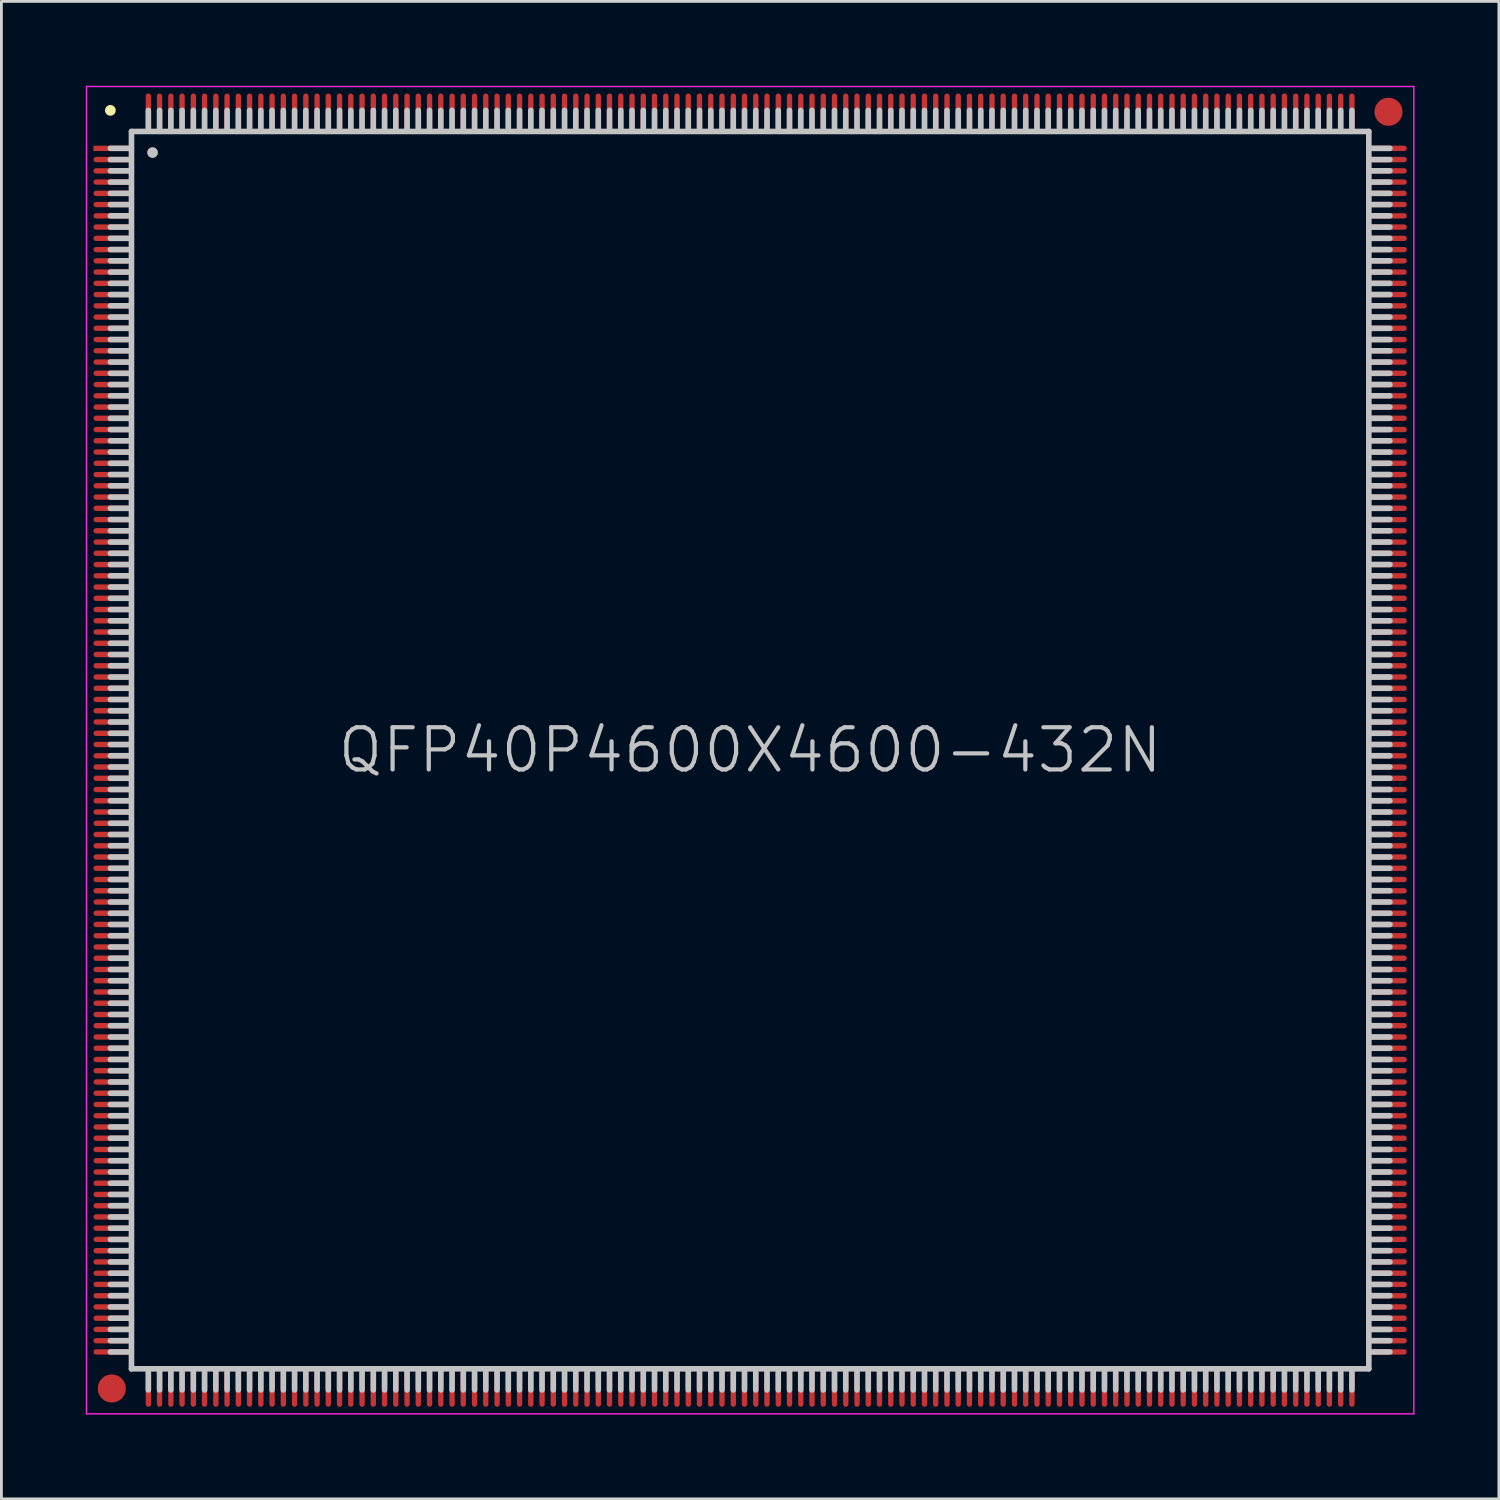
<source format=kicad_pcb>
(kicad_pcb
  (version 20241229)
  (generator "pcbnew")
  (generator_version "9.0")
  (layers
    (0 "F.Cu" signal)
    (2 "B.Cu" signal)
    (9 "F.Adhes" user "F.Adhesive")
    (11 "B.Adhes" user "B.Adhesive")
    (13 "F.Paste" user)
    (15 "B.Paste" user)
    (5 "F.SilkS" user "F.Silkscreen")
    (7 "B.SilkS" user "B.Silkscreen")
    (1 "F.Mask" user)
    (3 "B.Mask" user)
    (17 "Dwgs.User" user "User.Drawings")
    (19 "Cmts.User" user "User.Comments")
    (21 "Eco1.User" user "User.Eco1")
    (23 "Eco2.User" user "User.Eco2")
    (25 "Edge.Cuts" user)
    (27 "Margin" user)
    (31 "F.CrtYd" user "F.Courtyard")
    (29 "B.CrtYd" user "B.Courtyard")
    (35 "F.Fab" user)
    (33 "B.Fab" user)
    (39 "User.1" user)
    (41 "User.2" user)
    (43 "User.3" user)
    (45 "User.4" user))
  (footprint "QFP40P4600X4600-432N"
    (layer "F.Cu")
    (at 23.625 23.625)
    (property "Reference" "QFP40P4600X4600-432N" (at 0 0 0) (layer "Dwgs.User") (effects (font (size 1.5 1.5) (thickness 0.15))))
    (attr smd)
    (fp_line (start -22.75 -22.75) (end -22.75 -22.75) (stroke (width 0.381) (type solid)) (layer "F.SilkS"))
    (fp_line (start -22.05 -21.4) (end -22.75 -21.4) (stroke (width 0.2) (type solid)) (layer "Dwgs.User"))
    (fp_line (start -22.05 -21) (end -22.75 -21) (stroke (width 0.2) (type solid)) (layer "Dwgs.User"))
    (fp_line (start -22.05 -20.6) (end -22.75 -20.6) (stroke (width 0.2) (type solid)) (layer "Dwgs.User"))
    (fp_line (start -22.05 -20.2) (end -22.75 -20.2) (stroke (width 0.2) (type solid)) (layer "Dwgs.User"))
    (fp_line (start -22.05 -19.8) (end -22.75 -19.8) (stroke (width 0.2) (type solid)) (layer "Dwgs.User"))
    (fp_line (start -22.05 -19.4) (end -22.75 -19.4) (stroke (width 0.2) (type solid)) (layer "Dwgs.User"))
    (fp_line (start -22.05 -19) (end -22.75 -19) (stroke (width 0.2) (type solid)) (layer "Dwgs.User"))
    (fp_line (start -22.05 -18.6) (end -22.75 -18.6) (stroke (width 0.2) (type solid)) (layer "Dwgs.User"))
    (fp_line (start -22.05 -18.2) (end -22.75 -18.2) (stroke (width 0.2) (type solid)) (layer "Dwgs.User"))
    (fp_line (start -22.05 -17.8) (end -22.75 -17.8) (stroke (width 0.2) (type solid)) (layer "Dwgs.User"))
    (fp_line (start -22.05 -17.4) (end -22.75 -17.4) (stroke (width 0.2) (type solid)) (layer "Dwgs.User"))
    (fp_line (start -22.05 -17) (end -22.75 -17) (stroke (width 0.2) (type solid)) (layer "Dwgs.User"))
    (fp_line (start -22.05 -16.6) (end -22.75 -16.6) (stroke (width 0.2) (type solid)) (layer "Dwgs.User"))
    (fp_line (start -22.05 -16.2) (end -22.75 -16.2) (stroke (width 0.2) (type solid)) (layer "Dwgs.User"))
    (fp_line (start -22.05 -15.8) (end -22.75 -15.8) (stroke (width 0.2) (type solid)) (layer "Dwgs.User"))
    (fp_line (start -22.05 -15.4) (end -22.75 -15.4) (stroke (width 0.2) (type solid)) (layer "Dwgs.User"))
    (fp_line (start -22.05 -15) (end -22.75 -15) (stroke (width 0.2) (type solid)) (layer "Dwgs.User"))
    (fp_line (start -22.05 -14.6) (end -22.75 -14.6) (stroke (width 0.2) (type solid)) (layer "Dwgs.User"))
    (fp_line (start -22.05 -14.2) (end -22.75 -14.2) (stroke (width 0.2) (type solid)) (layer "Dwgs.User"))
    (fp_line (start -22.05 -13.8) (end -22.75 -13.8) (stroke (width 0.2) (type solid)) (layer "Dwgs.User"))
    (fp_line (start -22.05 -13.4) (end -22.75 -13.4) (stroke (width 0.2) (type solid)) (layer "Dwgs.User"))
    (fp_line (start -22.05 -13) (end -22.75 -13) (stroke (width 0.2) (type solid)) (layer "Dwgs.User"))
    (fp_line (start -22.05 -12.6) (end -22.75 -12.6) (stroke (width 0.2) (type solid)) (layer "Dwgs.User"))
    (fp_line (start -22.05 -12.2) (end -22.75 -12.2) (stroke (width 0.2) (type solid)) (layer "Dwgs.User"))
    (fp_line (start -22.05 -11.8) (end -22.75 -11.8) (stroke (width 0.2) (type solid)) (layer "Dwgs.User"))
    (fp_line (start -22.05 -11.4) (end -22.75 -11.4) (stroke (width 0.2) (type solid)) (layer "Dwgs.User"))
    (fp_line (start -22.05 -11) (end -22.75 -11) (stroke (width 0.2) (type solid)) (layer "Dwgs.User"))
    (fp_line (start -22.05 -10.6) (end -22.75 -10.6) (stroke (width 0.2) (type solid)) (layer "Dwgs.User"))
    (fp_line (start -22.05 -10.2) (end -22.75 -10.2) (stroke (width 0.2) (type solid)) (layer "Dwgs.User"))
    (fp_line (start -22.05 -9.8) (end -22.75 -9.8) (stroke (width 0.2) (type solid)) (layer "Dwgs.User"))
    (fp_line (start -22.05 -9.4) (end -22.75 -9.4) (stroke (width 0.2) (type solid)) (layer "Dwgs.User"))
    (fp_line (start -22.05 -9) (end -22.75 -9) (stroke (width 0.2) (type solid)) (layer "Dwgs.User"))
    (fp_line (start -22.05 -8.6) (end -22.75 -8.6) (stroke (width 0.2) (type solid)) (layer "Dwgs.User"))
    (fp_line (start -22.05 -8.2) (end -22.75 -8.2) (stroke (width 0.2) (type solid)) (layer "Dwgs.User"))
    (fp_line (start -22.05 -7.8) (end -22.75 -7.8) (stroke (width 0.2) (type solid)) (layer "Dwgs.User"))
    (fp_line (start -22.05 -7.4) (end -22.75 -7.4) (stroke (width 0.2) (type solid)) (layer "Dwgs.User"))
    (fp_line (start -22.05 -7) (end -22.75 -7) (stroke (width 0.2) (type solid)) (layer "Dwgs.User"))
    (fp_line (start -22.05 -6.6) (end -22.75 -6.6) (stroke (width 0.2) (type solid)) (layer "Dwgs.User"))
    (fp_line (start -22.05 -6.2) (end -22.75 -6.2) (stroke (width 0.2) (type solid)) (layer "Dwgs.User"))
    (fp_line (start -22.05 -5.8) (end -22.75 -5.8) (stroke (width 0.2) (type solid)) (layer "Dwgs.User"))
    (fp_line (start -22.05 -5.4) (end -22.75 -5.4) (stroke (width 0.2) (type solid)) (layer "Dwgs.User"))
    (fp_line (start -22.05 -5) (end -22.75 -5) (stroke (width 0.2) (type solid)) (layer "Dwgs.User"))
    (fp_line (start -22.05 -4.6) (end -22.75 -4.6) (stroke (width 0.2) (type solid)) (layer "Dwgs.User"))
    (fp_line (start -22.05 -4.2) (end -22.75 -4.2) (stroke (width 0.2) (type solid)) (layer "Dwgs.User"))
    (fp_line (start -22.05 -3.8) (end -22.75 -3.8) (stroke (width 0.2) (type solid)) (layer "Dwgs.User"))
    (fp_line (start -22.05 -3.4) (end -22.75 -3.4) (stroke (width 0.2) (type solid)) (layer "Dwgs.User"))
    (fp_line (start -22.05 -3) (end -22.75 -3) (stroke (width 0.2) (type solid)) (layer "Dwgs.User"))
    (fp_line (start -22.05 -2.6) (end -22.75 -2.6) (stroke (width 0.2) (type solid)) (layer "Dwgs.User"))
    (fp_line (start -22.05 -2.2) (end -22.75 -2.2) (stroke (width 0.2) (type solid)) (layer "Dwgs.User"))
    (fp_line (start -22.05 -1.8) (end -22.75 -1.8) (stroke (width 0.2) (type solid)) (layer "Dwgs.User"))
    (fp_line (start -22.05 -1.4) (end -22.75 -1.4) (stroke (width 0.2) (type solid)) (layer "Dwgs.User"))
    (fp_line (start -22.05 -1) (end -22.75 -1) (stroke (width 0.2) (type solid)) (layer "Dwgs.User"))
    (fp_line (start -22.05 -0.6) (end -22.75 -0.6) (stroke (width 0.2) (type solid)) (layer "Dwgs.User"))
    (fp_line (start -22.05 -0.2) (end -22.75 -0.2) (stroke (width 0.2) (type solid)) (layer "Dwgs.User"))
    (fp_line (start -22.05 0.2) (end -22.75 0.2) (stroke (width 0.2) (type solid)) (layer "Dwgs.User"))
    (fp_line (start -22.05 0.6) (end -22.75 0.6) (stroke (width 0.2) (type solid)) (layer "Dwgs.User"))
    (fp_line (start -22.05 1) (end -22.75 1) (stroke (width 0.2) (type solid)) (layer "Dwgs.User"))
    (fp_line (start -22.05 1.4) (end -22.75 1.4) (stroke (width 0.2) (type solid)) (layer "Dwgs.User"))
    (fp_line (start -22.05 1.8) (end -22.75 1.8) (stroke (width 0.2) (type solid)) (layer "Dwgs.User"))
    (fp_line (start -22.05 2.2) (end -22.75 2.2) (stroke (width 0.2) (type solid)) (layer "Dwgs.User"))
    (fp_line (start -22.05 2.6) (end -22.75 2.6) (stroke (width 0.2) (type solid)) (layer "Dwgs.User"))
    (fp_line (start -22.05 3) (end -22.75 3) (stroke (width 0.2) (type solid)) (layer "Dwgs.User"))
    (fp_line (start -22.05 3.4) (end -22.75 3.4) (stroke (width 0.2) (type solid)) (layer "Dwgs.User"))
    (fp_line (start -22.05 3.8) (end -22.75 3.8) (stroke (width 0.2) (type solid)) (layer "Dwgs.User"))
    (fp_line (start -22.05 4.2) (end -22.75 4.2) (stroke (width 0.2) (type solid)) (layer "Dwgs.User"))
    (fp_line (start -22.05 4.6) (end -22.75 4.6) (stroke (width 0.2) (type solid)) (layer "Dwgs.User"))
    (fp_line (start -22.05 5) (end -22.75 5) (stroke (width 0.2) (type solid)) (layer "Dwgs.User"))
    (fp_line (start -22.05 5.4) (end -22.75 5.4) (stroke (width 0.2) (type solid)) (layer "Dwgs.User"))
    (fp_line (start -22.05 5.8) (end -22.75 5.8) (stroke (width 0.2) (type solid)) (layer "Dwgs.User"))
    (fp_line (start -22.05 6.2) (end -22.75 6.2) (stroke (width 0.2) (type solid)) (layer "Dwgs.User"))
    (fp_line (start -22.05 6.6) (end -22.75 6.6) (stroke (width 0.2) (type solid)) (layer "Dwgs.User"))
    (fp_line (start -22.05 7) (end -22.75 7) (stroke (width 0.2) (type solid)) (layer "Dwgs.User"))
    (fp_line (start -22.05 7.4) (end -22.75 7.4) (stroke (width 0.2) (type solid)) (layer "Dwgs.User"))
    (fp_line (start -22.05 7.8) (end -22.75 7.8) (stroke (width 0.2) (type solid)) (layer "Dwgs.User"))
    (fp_line (start -22.05 8.2) (end -22.75 8.2) (stroke (width 0.2) (type solid)) (layer "Dwgs.User"))
    (fp_line (start -22.05 8.6) (end -22.75 8.6) (stroke (width 0.2) (type solid)) (layer "Dwgs.User"))
    (fp_line (start -22.05 9) (end -22.75 9) (stroke (width 0.2) (type solid)) (layer "Dwgs.User"))
    (fp_line (start -22.05 9.4) (end -22.75 9.4) (stroke (width 0.2) (type solid)) (layer "Dwgs.User"))
    (fp_line (start -22.05 9.8) (end -22.75 9.8) (stroke (width 0.2) (type solid)) (layer "Dwgs.User"))
    (fp_line (start -22.05 10.2) (end -22.75 10.2) (stroke (width 0.2) (type solid)) (layer "Dwgs.User"))
    (fp_line (start -22.05 10.6) (end -22.75 10.6) (stroke (width 0.2) (type solid)) (layer "Dwgs.User"))
    (fp_line (start -22.05 11) (end -22.75 11) (stroke (width 0.2) (type solid)) (layer "Dwgs.User"))
    (fp_line (start -22.05 11.4) (end -22.75 11.4) (stroke (width 0.2) (type solid)) (layer "Dwgs.User"))
    (fp_line (start -22.05 11.8) (end -22.75 11.8) (stroke (width 0.2) (type solid)) (layer "Dwgs.User"))
    (fp_line (start -22.05 12.2) (end -22.75 12.2) (stroke (width 0.2) (type solid)) (layer "Dwgs.User"))
    (fp_line (start -22.05 12.6) (end -22.75 12.6) (stroke (width 0.2) (type solid)) (layer "Dwgs.User"))
    (fp_line (start -22.05 13) (end -22.75 13) (stroke (width 0.2) (type solid)) (layer "Dwgs.User"))
    (fp_line (start -22.05 13.4) (end -22.75 13.4) (stroke (width 0.2) (type solid)) (layer "Dwgs.User"))
    (fp_line (start -22.05 13.8) (end -22.75 13.8) (stroke (width 0.2) (type solid)) (layer "Dwgs.User"))
    (fp_line (start -22.05 14.2) (end -22.75 14.2) (stroke (width 0.2) (type solid)) (layer "Dwgs.User"))
    (fp_line (start -22.05 14.6) (end -22.75 14.6) (stroke (width 0.2) (type solid)) (layer "Dwgs.User"))
    (fp_line (start -22.05 15) (end -22.75 15) (stroke (width 0.2) (type solid)) (layer "Dwgs.User"))
    (fp_line (start -22.05 15.4) (end -22.75 15.4) (stroke (width 0.2) (type solid)) (layer "Dwgs.User"))
    (fp_line (start -22.05 15.8) (end -22.75 15.8) (stroke (width 0.2) (type solid)) (layer "Dwgs.User"))
    (fp_line (start -22.05 16.2) (end -22.75 16.2) (stroke (width 0.2) (type solid)) (layer "Dwgs.User"))
    (fp_line (start -22.05 16.6) (end -22.75 16.6) (stroke (width 0.2) (type solid)) (layer "Dwgs.User"))
    (fp_line (start -22.05 17) (end -22.75 17) (stroke (width 0.2) (type solid)) (layer "Dwgs.User"))
    (fp_line (start -22.05 17.4) (end -22.75 17.4) (stroke (width 0.2) (type solid)) (layer "Dwgs.User"))
    (fp_line (start -22.05 17.8) (end -22.75 17.8) (stroke (width 0.2) (type solid)) (layer "Dwgs.User"))
    (fp_line (start -22.05 18.2) (end -22.75 18.2) (stroke (width 0.2) (type solid)) (layer "Dwgs.User"))
    (fp_line (start -22.05 18.6) (end -22.75 18.6) (stroke (width 0.2) (type solid)) (layer "Dwgs.User"))
    (fp_line (start -22.05 19) (end -22.75 19) (stroke (width 0.2) (type solid)) (layer "Dwgs.User"))
    (fp_line (start -22.05 19.4) (end -22.75 19.4) (stroke (width 0.2) (type solid)) (layer "Dwgs.User"))
    (fp_line (start -22.05 19.8) (end -22.75 19.8) (stroke (width 0.2) (type solid)) (layer "Dwgs.User"))
    (fp_line (start -22.05 20.2) (end -22.75 20.2) (stroke (width 0.2) (type solid)) (layer "Dwgs.User"))
    (fp_line (start -22.05 20.6) (end -22.75 20.6) (stroke (width 0.2) (type solid)) (layer "Dwgs.User"))
    (fp_line (start -22.05 21) (end -22.75 21) (stroke (width 0.2) (type solid)) (layer "Dwgs.User"))
    (fp_line (start -22.05 21.4) (end -22.75 21.4) (stroke (width 0.2) (type solid)) (layer "Dwgs.User"))
    (fp_line (start -22 -22) (end -22 22) (stroke (width 0.2) (type solid)) (layer "Dwgs.User"))
    (fp_line (start -22 -22) (end 22 -22) (stroke (width 0.2) (type solid)) (layer "Dwgs.User"))
    (fp_line (start -22 22) (end 22 22) (stroke (width 0.2) (type solid)) (layer "Dwgs.User"))
    (fp_line (start -21.4 -22.75) (end -21.4 -22.05) (stroke (width 0.2) (type solid)) (layer "Dwgs.User"))
    (fp_line (start -21.4 22.05) (end -21.4 22.75) (stroke (width 0.2) (type solid)) (layer "Dwgs.User"))
    (fp_line (start -21.25 -21.25) (end -21.25 -21.25) (stroke (width 0.381) (type solid)) (layer "Dwgs.User"))
    (fp_line (start -21 -22.75) (end -21 -22.05) (stroke (width 0.2) (type solid)) (layer "Dwgs.User"))
    (fp_line (start -21 22.05) (end -21 22.75) (stroke (width 0.2) (type solid)) (layer "Dwgs.User"))
    (fp_line (start -20.6 -22.75) (end -20.6 -22.05) (stroke (width 0.2) (type solid)) (layer "Dwgs.User"))
    (fp_line (start -20.6 22.05) (end -20.6 22.75) (stroke (width 0.2) (type solid)) (layer "Dwgs.User"))
    (fp_line (start -20.2 -22.75) (end -20.2 -22.05) (stroke (width 0.2) (type solid)) (layer "Dwgs.User"))
    (fp_line (start -20.2 22.05) (end -20.2 22.75) (stroke (width 0.2) (type solid)) (layer "Dwgs.User"))
    (fp_line (start -19.8 -22.75) (end -19.8 -22.05) (stroke (width 0.2) (type solid)) (layer "Dwgs.User"))
    (fp_line (start -19.8 22.05) (end -19.8 22.75) (stroke (width 0.2) (type solid)) (layer "Dwgs.User"))
    (fp_line (start -19.4 -22.75) (end -19.4 -22.05) (stroke (width 0.2) (type solid)) (layer "Dwgs.User"))
    (fp_line (start -19.4 22.05) (end -19.4 22.75) (stroke (width 0.2) (type solid)) (layer "Dwgs.User"))
    (fp_line (start -19 -22.75) (end -19 -22.05) (stroke (width 0.2) (type solid)) (layer "Dwgs.User"))
    (fp_line (start -19 22.05) (end -19 22.75) (stroke (width 0.2) (type solid)) (layer "Dwgs.User"))
    (fp_line (start -18.6 -22.75) (end -18.6 -22.05) (stroke (width 0.2) (type solid)) (layer "Dwgs.User"))
    (fp_line (start -18.6 22.05) (end -18.6 22.75) (stroke (width 0.2) (type solid)) (layer "Dwgs.User"))
    (fp_line (start -18.2 -22.75) (end -18.2 -22.05) (stroke (width 0.2) (type solid)) (layer "Dwgs.User"))
    (fp_line (start -18.2 22.05) (end -18.2 22.75) (stroke (width 0.2) (type solid)) (layer "Dwgs.User"))
    (fp_line (start -17.8 -22.75) (end -17.8 -22.05) (stroke (width 0.2) (type solid)) (layer "Dwgs.User"))
    (fp_line (start -17.8 22.05) (end -17.8 22.75) (stroke (width 0.2) (type solid)) (layer "Dwgs.User"))
    (fp_line (start -17.4 -22.75) (end -17.4 -22.05) (stroke (width 0.2) (type solid)) (layer "Dwgs.User"))
    (fp_line (start -17.4 22.05) (end -17.4 22.75) (stroke (width 0.2) (type solid)) (layer "Dwgs.User"))
    (fp_line (start -17 -22.75) (end -17 -22.05) (stroke (width 0.2) (type solid)) (layer "Dwgs.User"))
    (fp_line (start -17 22.05) (end -17 22.75) (stroke (width 0.2) (type solid)) (layer "Dwgs.User"))
    (fp_line (start -16.6 -22.75) (end -16.6 -22.05) (stroke (width 0.2) (type solid)) (layer "Dwgs.User"))
    (fp_line (start -16.6 22.05) (end -16.6 22.75) (stroke (width 0.2) (type solid)) (layer "Dwgs.User"))
    (fp_line (start -16.2 -22.75) (end -16.2 -22.05) (stroke (width 0.2) (type solid)) (layer "Dwgs.User"))
    (fp_line (start -16.2 22.05) (end -16.2 22.75) (stroke (width 0.2) (type solid)) (layer "Dwgs.User"))
    (fp_line (start -15.8 -22.75) (end -15.8 -22.05) (stroke (width 0.2) (type solid)) (layer "Dwgs.User"))
    (fp_line (start -15.8 22.05) (end -15.8 22.75) (stroke (width 0.2) (type solid)) (layer "Dwgs.User"))
    (fp_line (start -15.4 -22.75) (end -15.4 -22.05) (stroke (width 0.2) (type solid)) (layer "Dwgs.User"))
    (fp_line (start -15.4 22.05) (end -15.4 22.75) (stroke (width 0.2) (type solid)) (layer "Dwgs.User"))
    (fp_line (start -15 -22.75) (end -15 -22.05) (stroke (width 0.2) (type solid)) (layer "Dwgs.User"))
    (fp_line (start -15 22.05) (end -15 22.75) (stroke (width 0.2) (type solid)) (layer "Dwgs.User"))
    (fp_line (start -14.6 -22.75) (end -14.6 -22.05) (stroke (width 0.2) (type solid)) (layer "Dwgs.User"))
    (fp_line (start -14.6 22.05) (end -14.6 22.75) (stroke (width 0.2) (type solid)) (layer "Dwgs.User"))
    (fp_line (start -14.2 -22.75) (end -14.2 -22.05) (stroke (width 0.2) (type solid)) (layer "Dwgs.User"))
    (fp_line (start -14.2 22.05) (end -14.2 22.75) (stroke (width 0.2) (type solid)) (layer "Dwgs.User"))
    (fp_line (start -13.8 -22.75) (end -13.8 -22.05) (stroke (width 0.2) (type solid)) (layer "Dwgs.User"))
    (fp_line (start -13.8 22.05) (end -13.8 22.75) (stroke (width 0.2) (type solid)) (layer "Dwgs.User"))
    (fp_line (start -13.4 -22.75) (end -13.4 -22.05) (stroke (width 0.2) (type solid)) (layer "Dwgs.User"))
    (fp_line (start -13.4 22.05) (end -13.4 22.75) (stroke (width 0.2) (type solid)) (layer "Dwgs.User"))
    (fp_line (start -13 -22.75) (end -13 -22.05) (stroke (width 0.2) (type solid)) (layer "Dwgs.User"))
    (fp_line (start -13 22.05) (end -13 22.75) (stroke (width 0.2) (type solid)) (layer "Dwgs.User"))
    (fp_line (start -12.6 -22.75) (end -12.6 -22.05) (stroke (width 0.2) (type solid)) (layer "Dwgs.User"))
    (fp_line (start -12.6 22.05) (end -12.6 22.75) (stroke (width 0.2) (type solid)) (layer "Dwgs.User"))
    (fp_line (start -12.2 -22.75) (end -12.2 -22.05) (stroke (width 0.2) (type solid)) (layer "Dwgs.User"))
    (fp_line (start -12.2 22.05) (end -12.2 22.75) (stroke (width 0.2) (type solid)) (layer "Dwgs.User"))
    (fp_line (start -11.8 -22.75) (end -11.8 -22.05) (stroke (width 0.2) (type solid)) (layer "Dwgs.User"))
    (fp_line (start -11.8 22.05) (end -11.8 22.75) (stroke (width 0.2) (type solid)) (layer "Dwgs.User"))
    (fp_line (start -11.4 -22.75) (end -11.4 -22.05) (stroke (width 0.2) (type solid)) (layer "Dwgs.User"))
    (fp_line (start -11.4 22.05) (end -11.4 22.75) (stroke (width 0.2) (type solid)) (layer "Dwgs.User"))
    (fp_line (start -11 -22.75) (end -11 -22.05) (stroke (width 0.2) (type solid)) (layer "Dwgs.User"))
    (fp_line (start -11 22.05) (end -11 22.75) (stroke (width 0.2) (type solid)) (layer "Dwgs.User"))
    (fp_line (start -10.6 -22.75) (end -10.6 -22.05) (stroke (width 0.2) (type solid)) (layer "Dwgs.User"))
    (fp_line (start -10.6 22.05) (end -10.6 22.75) (stroke (width 0.2) (type solid)) (layer "Dwgs.User"))
    (fp_line (start -10.2 -22.75) (end -10.2 -22.05) (stroke (width 0.2) (type solid)) (layer "Dwgs.User"))
    (fp_line (start -10.2 22.05) (end -10.2 22.75) (stroke (width 0.2) (type solid)) (layer "Dwgs.User"))
    (fp_line (start -9.8 -22.75) (end -9.8 -22.05) (stroke (width 0.2) (type solid)) (layer "Dwgs.User"))
    (fp_line (start -9.8 22.05) (end -9.8 22.75) (stroke (width 0.2) (type solid)) (layer "Dwgs.User"))
    (fp_line (start -9.4 -22.75) (end -9.4 -22.05) (stroke (width 0.2) (type solid)) (layer "Dwgs.User"))
    (fp_line (start -9.4 22.05) (end -9.4 22.75) (stroke (width 0.2) (type solid)) (layer "Dwgs.User"))
    (fp_line (start -9 -22.75) (end -9 -22.05) (stroke (width 0.2) (type solid)) (layer "Dwgs.User"))
    (fp_line (start -9 22.05) (end -9 22.75) (stroke (width 0.2) (type solid)) (layer "Dwgs.User"))
    (fp_line (start -8.6 -22.75) (end -8.6 -22.05) (stroke (width 0.2) (type solid)) (layer "Dwgs.User"))
    (fp_line (start -8.6 22.05) (end -8.6 22.75) (stroke (width 0.2) (type solid)) (layer "Dwgs.User"))
    (fp_line (start -8.2 -22.75) (end -8.2 -22.05) (stroke (width 0.2) (type solid)) (layer "Dwgs.User"))
    (fp_line (start -8.2 22.05) (end -8.2 22.75) (stroke (width 0.2) (type solid)) (layer "Dwgs.User"))
    (fp_line (start -7.8 -22.75) (end -7.8 -22.05) (stroke (width 0.2) (type solid)) (layer "Dwgs.User"))
    (fp_line (start -7.8 22.05) (end -7.8 22.75) (stroke (width 0.2) (type solid)) (layer "Dwgs.User"))
    (fp_line (start -7.4 -22.75) (end -7.4 -22.05) (stroke (width 0.2) (type solid)) (layer "Dwgs.User"))
    (fp_line (start -7.4 22.05) (end -7.4 22.75) (stroke (width 0.2) (type solid)) (layer "Dwgs.User"))
    (fp_line (start -7 -22.75) (end -7 -22.05) (stroke (width 0.2) (type solid)) (layer "Dwgs.User"))
    (fp_line (start -7 22.05) (end -7 22.75) (stroke (width 0.2) (type solid)) (layer "Dwgs.User"))
    (fp_line (start -6.6 -22.75) (end -6.6 -22.05) (stroke (width 0.2) (type solid)) (layer "Dwgs.User"))
    (fp_line (start -6.6 22.05) (end -6.6 22.75) (stroke (width 0.2) (type solid)) (layer "Dwgs.User"))
    (fp_line (start -6.2 -22.75) (end -6.2 -22.05) (stroke (width 0.2) (type solid)) (layer "Dwgs.User"))
    (fp_line (start -6.2 22.05) (end -6.2 22.75) (stroke (width 0.2) (type solid)) (layer "Dwgs.User"))
    (fp_line (start -5.8 -22.75) (end -5.8 -22.05) (stroke (width 0.2) (type solid)) (layer "Dwgs.User"))
    (fp_line (start -5.8 22.05) (end -5.8 22.75) (stroke (width 0.2) (type solid)) (layer "Dwgs.User"))
    (fp_line (start -5.4 -22.75) (end -5.4 -22.05) (stroke (width 0.2) (type solid)) (layer "Dwgs.User"))
    (fp_line (start -5.4 22.05) (end -5.4 22.75) (stroke (width 0.2) (type solid)) (layer "Dwgs.User"))
    (fp_line (start -5 -22.75) (end -5 -22.05) (stroke (width 0.2) (type solid)) (layer "Dwgs.User"))
    (fp_line (start -5 22.05) (end -5 22.75) (stroke (width 0.2) (type solid)) (layer "Dwgs.User"))
    (fp_line (start -4.6 -22.75) (end -4.6 -22.05) (stroke (width 0.2) (type solid)) (layer "Dwgs.User"))
    (fp_line (start -4.6 22.05) (end -4.6 22.75) (stroke (width 0.2) (type solid)) (layer "Dwgs.User"))
    (fp_line (start -4.2 -22.75) (end -4.2 -22.05) (stroke (width 0.2) (type solid)) (layer "Dwgs.User"))
    (fp_line (start -4.2 22.05) (end -4.2 22.75) (stroke (width 0.2) (type solid)) (layer "Dwgs.User"))
    (fp_line (start -3.8 -22.75) (end -3.8 -22.05) (stroke (width 0.2) (type solid)) (layer "Dwgs.User"))
    (fp_line (start -3.8 22.05) (end -3.8 22.75) (stroke (width 0.2) (type solid)) (layer "Dwgs.User"))
    (fp_line (start -3.4 -22.75) (end -3.4 -22.05) (stroke (width 0.2) (type solid)) (layer "Dwgs.User"))
    (fp_line (start -3.4 22.05) (end -3.4 22.75) (stroke (width 0.2) (type solid)) (layer "Dwgs.User"))
    (fp_line (start -3 -22.75) (end -3 -22.05) (stroke (width 0.2) (type solid)) (layer "Dwgs.User"))
    (fp_line (start -3 22.05) (end -3 22.75) (stroke (width 0.2) (type solid)) (layer "Dwgs.User"))
    (fp_line (start -2.6 -22.75) (end -2.6 -22.05) (stroke (width 0.2) (type solid)) (layer "Dwgs.User"))
    (fp_line (start -2.6 22.05) (end -2.6 22.75) (stroke (width 0.2) (type solid)) (layer "Dwgs.User"))
    (fp_line (start -2.2 -22.75) (end -2.2 -22.05) (stroke (width 0.2) (type solid)) (layer "Dwgs.User"))
    (fp_line (start -2.2 22.05) (end -2.2 22.75) (stroke (width 0.2) (type solid)) (layer "Dwgs.User"))
    (fp_line (start -1.8 -22.75) (end -1.8 -22.05) (stroke (width 0.2) (type solid)) (layer "Dwgs.User"))
    (fp_line (start -1.8 22.05) (end -1.8 22.75) (stroke (width 0.2) (type solid)) (layer "Dwgs.User"))
    (fp_line (start -1.4 -22.75) (end -1.4 -22.05) (stroke (width 0.2) (type solid)) (layer "Dwgs.User"))
    (fp_line (start -1.4 22.05) (end -1.4 22.75) (stroke (width 0.2) (type solid)) (layer "Dwgs.User"))
    (fp_line (start -1 -22.75) (end -1 -22.05) (stroke (width 0.2) (type solid)) (layer "Dwgs.User"))
    (fp_line (start -1 22.05) (end -1 22.75) (stroke (width 0.2) (type solid)) (layer "Dwgs.User"))
    (fp_line (start -0.6 -22.75) (end -0.6 -22.05) (stroke (width 0.2) (type solid)) (layer "Dwgs.User"))
    (fp_line (start -0.6 22.05) (end -0.6 22.75) (stroke (width 0.2) (type solid)) (layer "Dwgs.User"))
    (fp_line (start -0.2 -22.75) (end -0.2 -22.05) (stroke (width 0.2) (type solid)) (layer "Dwgs.User"))
    (fp_line (start -0.2 22.05) (end -0.2 22.75) (stroke (width 0.2) (type solid)) (layer "Dwgs.User"))
    (fp_line (start 0.2 -22.75) (end 0.2 -22.05) (stroke (width 0.2) (type solid)) (layer "Dwgs.User"))
    (fp_line (start 0.2 22.05) (end 0.2 22.75) (stroke (width 0.2) (type solid)) (layer "Dwgs.User"))
    (fp_line (start 0.6 -22.75) (end 0.6 -22.05) (stroke (width 0.2) (type solid)) (layer "Dwgs.User"))
    (fp_line (start 0.6 22.05) (end 0.6 22.75) (stroke (width 0.2) (type solid)) (layer "Dwgs.User"))
    (fp_line (start 1 -22.75) (end 1 -22.05) (stroke (width 0.2) (type solid)) (layer "Dwgs.User"))
    (fp_line (start 1 22.05) (end 1 22.75) (stroke (width 0.2) (type solid)) (layer "Dwgs.User"))
    (fp_line (start 1.4 -22.75) (end 1.4 -22.05) (stroke (width 0.2) (type solid)) (layer "Dwgs.User"))
    (fp_line (start 1.4 22.05) (end 1.4 22.75) (stroke (width 0.2) (type solid)) (layer "Dwgs.User"))
    (fp_line (start 1.8 -22.75) (end 1.8 -22.05) (stroke (width 0.2) (type solid)) (layer "Dwgs.User"))
    (fp_line (start 1.8 22.05) (end 1.8 22.75) (stroke (width 0.2) (type solid)) (layer "Dwgs.User"))
    (fp_line (start 2.2 -22.75) (end 2.2 -22.05) (stroke (width 0.2) (type solid)) (layer "Dwgs.User"))
    (fp_line (start 2.2 22.05) (end 2.2 22.75) (stroke (width 0.2) (type solid)) (layer "Dwgs.User"))
    (fp_line (start 2.6 -22.75) (end 2.6 -22.05) (stroke (width 0.2) (type solid)) (layer "Dwgs.User"))
    (fp_line (start 2.6 22.05) (end 2.6 22.75) (stroke (width 0.2) (type solid)) (layer "Dwgs.User"))
    (fp_line (start 3 -22.75) (end 3 -22.05) (stroke (width 0.2) (type solid)) (layer "Dwgs.User"))
    (fp_line (start 3 22.05) (end 3 22.75) (stroke (width 0.2) (type solid)) (layer "Dwgs.User"))
    (fp_line (start 3.4 -22.75) (end 3.4 -22.05) (stroke (width 0.2) (type solid)) (layer "Dwgs.User"))
    (fp_line (start 3.4 22.05) (end 3.4 22.75) (stroke (width 0.2) (type solid)) (layer "Dwgs.User"))
    (fp_line (start 3.8 -22.75) (end 3.8 -22.05) (stroke (width 0.2) (type solid)) (layer "Dwgs.User"))
    (fp_line (start 3.8 22.05) (end 3.8 22.75) (stroke (width 0.2) (type solid)) (layer "Dwgs.User"))
    (fp_line (start 4.2 -22.75) (end 4.2 -22.05) (stroke (width 0.2) (type solid)) (layer "Dwgs.User"))
    (fp_line (start 4.2 22.05) (end 4.2 22.75) (stroke (width 0.2) (type solid)) (layer "Dwgs.User"))
    (fp_line (start 4.6 -22.75) (end 4.6 -22.05) (stroke (width 0.2) (type solid)) (layer "Dwgs.User"))
    (fp_line (start 4.6 22.05) (end 4.6 22.75) (stroke (width 0.2) (type solid)) (layer "Dwgs.User"))
    (fp_line (start 5 -22.75) (end 5 -22.05) (stroke (width 0.2) (type solid)) (layer "Dwgs.User"))
    (fp_line (start 5 22.05) (end 5 22.75) (stroke (width 0.2) (type solid)) (layer "Dwgs.User"))
    (fp_line (start 5.4 -22.75) (end 5.4 -22.05) (stroke (width 0.2) (type solid)) (layer "Dwgs.User"))
    (fp_line (start 5.4 22.05) (end 5.4 22.75) (stroke (width 0.2) (type solid)) (layer "Dwgs.User"))
    (fp_line (start 5.8 -22.75) (end 5.8 -22.05) (stroke (width 0.2) (type solid)) (layer "Dwgs.User"))
    (fp_line (start 5.8 22.05) (end 5.8 22.75) (stroke (width 0.2) (type solid)) (layer "Dwgs.User"))
    (fp_line (start 6.2 -22.75) (end 6.2 -22.05) (stroke (width 0.2) (type solid)) (layer "Dwgs.User"))
    (fp_line (start 6.2 22.05) (end 6.2 22.75) (stroke (width 0.2) (type solid)) (layer "Dwgs.User"))
    (fp_line (start 6.6 -22.75) (end 6.6 -22.05) (stroke (width 0.2) (type solid)) (layer "Dwgs.User"))
    (fp_line (start 6.6 22.05) (end 6.6 22.75) (stroke (width 0.2) (type solid)) (layer "Dwgs.User"))
    (fp_line (start 7 -22.75) (end 7 -22.05) (stroke (width 0.2) (type solid)) (layer "Dwgs.User"))
    (fp_line (start 7 22.05) (end 7 22.75) (stroke (width 0.2) (type solid)) (layer "Dwgs.User"))
    (fp_line (start 7.4 -22.75) (end 7.4 -22.05) (stroke (width 0.2) (type solid)) (layer "Dwgs.User"))
    (fp_line (start 7.4 22.05) (end 7.4 22.75) (stroke (width 0.2) (type solid)) (layer "Dwgs.User"))
    (fp_line (start 7.8 -22.75) (end 7.8 -22.05) (stroke (width 0.2) (type solid)) (layer "Dwgs.User"))
    (fp_line (start 7.8 22.05) (end 7.8 22.75) (stroke (width 0.2) (type solid)) (layer "Dwgs.User"))
    (fp_line (start 8.2 -22.75) (end 8.2 -22.05) (stroke (width 0.2) (type solid)) (layer "Dwgs.User"))
    (fp_line (start 8.2 22.05) (end 8.2 22.75) (stroke (width 0.2) (type solid)) (layer "Dwgs.User"))
    (fp_line (start 8.6 -22.75) (end 8.6 -22.05) (stroke (width 0.2) (type solid)) (layer "Dwgs.User"))
    (fp_line (start 8.6 22.05) (end 8.6 22.75) (stroke (width 0.2) (type solid)) (layer "Dwgs.User"))
    (fp_line (start 9 -22.75) (end 9 -22.05) (stroke (width 0.2) (type solid)) (layer "Dwgs.User"))
    (fp_line (start 9 22.05) (end 9 22.75) (stroke (width 0.2) (type solid)) (layer "Dwgs.User"))
    (fp_line (start 9.4 -22.75) (end 9.4 -22.05) (stroke (width 0.2) (type solid)) (layer "Dwgs.User"))
    (fp_line (start 9.4 22.05) (end 9.4 22.75) (stroke (width 0.2) (type solid)) (layer "Dwgs.User"))
    (fp_line (start 9.8 -22.75) (end 9.8 -22.05) (stroke (width 0.2) (type solid)) (layer "Dwgs.User"))
    (fp_line (start 9.8 22.05) (end 9.8 22.75) (stroke (width 0.2) (type solid)) (layer "Dwgs.User"))
    (fp_line (start 10.2 -22.75) (end 10.2 -22.05) (stroke (width 0.2) (type solid)) (layer "Dwgs.User"))
    (fp_line (start 10.2 22.05) (end 10.2 22.75) (stroke (width 0.2) (type solid)) (layer "Dwgs.User"))
    (fp_line (start 10.6 -22.75) (end 10.6 -22.05) (stroke (width 0.2) (type solid)) (layer "Dwgs.User"))
    (fp_line (start 10.6 22.05) (end 10.6 22.75) (stroke (width 0.2) (type solid)) (layer "Dwgs.User"))
    (fp_line (start 11 -22.75) (end 11 -22.05) (stroke (width 0.2) (type solid)) (layer "Dwgs.User"))
    (fp_line (start 11 22.05) (end 11 22.75) (stroke (width 0.2) (type solid)) (layer "Dwgs.User"))
    (fp_line (start 11.4 -22.75) (end 11.4 -22.05) (stroke (width 0.2) (type solid)) (layer "Dwgs.User"))
    (fp_line (start 11.4 22.05) (end 11.4 22.75) (stroke (width 0.2) (type solid)) (layer "Dwgs.User"))
    (fp_line (start 11.8 -22.75) (end 11.8 -22.05) (stroke (width 0.2) (type solid)) (layer "Dwgs.User"))
    (fp_line (start 11.8 22.05) (end 11.8 22.75) (stroke (width 0.2) (type solid)) (layer "Dwgs.User"))
    (fp_line (start 12.2 -22.75) (end 12.2 -22.05) (stroke (width 0.2) (type solid)) (layer "Dwgs.User"))
    (fp_line (start 12.2 22.05) (end 12.2 22.75) (stroke (width 0.2) (type solid)) (layer "Dwgs.User"))
    (fp_line (start 12.6 -22.75) (end 12.6 -22.05) (stroke (width 0.2) (type solid)) (layer "Dwgs.User"))
    (fp_line (start 12.6 22.05) (end 12.6 22.75) (stroke (width 0.2) (type solid)) (layer "Dwgs.User"))
    (fp_line (start 13 -22.75) (end 13 -22.05) (stroke (width 0.2) (type solid)) (layer "Dwgs.User"))
    (fp_line (start 13 22.05) (end 13 22.75) (stroke (width 0.2) (type solid)) (layer "Dwgs.User"))
    (fp_line (start 13.4 -22.75) (end 13.4 -22.05) (stroke (width 0.2) (type solid)) (layer "Dwgs.User"))
    (fp_line (start 13.4 22.05) (end 13.4 22.75) (stroke (width 0.2) (type solid)) (layer "Dwgs.User"))
    (fp_line (start 13.8 -22.75) (end 13.8 -22.05) (stroke (width 0.2) (type solid)) (layer "Dwgs.User"))
    (fp_line (start 13.8 22.05) (end 13.8 22.75) (stroke (width 0.2) (type solid)) (layer "Dwgs.User"))
    (fp_line (start 14.2 -22.75) (end 14.2 -22.05) (stroke (width 0.2) (type solid)) (layer "Dwgs.User"))
    (fp_line (start 14.2 22.05) (end 14.2 22.75) (stroke (width 0.2) (type solid)) (layer "Dwgs.User"))
    (fp_line (start 14.6 -22.75) (end 14.6 -22.05) (stroke (width 0.2) (type solid)) (layer "Dwgs.User"))
    (fp_line (start 14.6 22.05) (end 14.6 22.75) (stroke (width 0.2) (type solid)) (layer "Dwgs.User"))
    (fp_line (start 15 -22.75) (end 15 -22.05) (stroke (width 0.2) (type solid)) (layer "Dwgs.User"))
    (fp_line (start 15 22.05) (end 15 22.75) (stroke (width 0.2) (type solid)) (layer "Dwgs.User"))
    (fp_line (start 15.4 -22.75) (end 15.4 -22.05) (stroke (width 0.2) (type solid)) (layer "Dwgs.User"))
    (fp_line (start 15.4 22.05) (end 15.4 22.75) (stroke (width 0.2) (type solid)) (layer "Dwgs.User"))
    (fp_line (start 15.8 -22.75) (end 15.8 -22.05) (stroke (width 0.2) (type solid)) (layer "Dwgs.User"))
    (fp_line (start 15.8 22.05) (end 15.8 22.75) (stroke (width 0.2) (type solid)) (layer "Dwgs.User"))
    (fp_line (start 16.2 -22.75) (end 16.2 -22.05) (stroke (width 0.2) (type solid)) (layer "Dwgs.User"))
    (fp_line (start 16.2 22.05) (end 16.2 22.75) (stroke (width 0.2) (type solid)) (layer "Dwgs.User"))
    (fp_line (start 16.6 -22.75) (end 16.6 -22.05) (stroke (width 0.2) (type solid)) (layer "Dwgs.User"))
    (fp_line (start 16.6 22.05) (end 16.6 22.75) (stroke (width 0.2) (type solid)) (layer "Dwgs.User"))
    (fp_line (start 17 -22.75) (end 17 -22.05) (stroke (width 0.2) (type solid)) (layer "Dwgs.User"))
    (fp_line (start 17 22.05) (end 17 22.75) (stroke (width 0.2) (type solid)) (layer "Dwgs.User"))
    (fp_line (start 17.4 -22.75) (end 17.4 -22.05) (stroke (width 0.2) (type solid)) (layer "Dwgs.User"))
    (fp_line (start 17.4 22.05) (end 17.4 22.75) (stroke (width 0.2) (type solid)) (layer "Dwgs.User"))
    (fp_line (start 17.8 -22.75) (end 17.8 -22.05) (stroke (width 0.2) (type solid)) (layer "Dwgs.User"))
    (fp_line (start 17.8 22.05) (end 17.8 22.75) (stroke (width 0.2) (type solid)) (layer "Dwgs.User"))
    (fp_line (start 18.2 -22.75) (end 18.2 -22.05) (stroke (width 0.2) (type solid)) (layer "Dwgs.User"))
    (fp_line (start 18.2 22.05) (end 18.2 22.75) (stroke (width 0.2) (type solid)) (layer "Dwgs.User"))
    (fp_line (start 18.6 -22.75) (end 18.6 -22.05) (stroke (width 0.2) (type solid)) (layer "Dwgs.User"))
    (fp_line (start 18.6 22.05) (end 18.6 22.75) (stroke (width 0.2) (type solid)) (layer "Dwgs.User"))
    (fp_line (start 19 -22.75) (end 19 -22.05) (stroke (width 0.2) (type solid)) (layer "Dwgs.User"))
    (fp_line (start 19 22.05) (end 19 22.75) (stroke (width 0.2) (type solid)) (layer "Dwgs.User"))
    (fp_line (start 19.4 -22.75) (end 19.4 -22.05) (stroke (width 0.2) (type solid)) (layer "Dwgs.User"))
    (fp_line (start 19.4 22.05) (end 19.4 22.75) (stroke (width 0.2) (type solid)) (layer "Dwgs.User"))
    (fp_line (start 19.8 -22.75) (end 19.8 -22.05) (stroke (width 0.2) (type solid)) (layer "Dwgs.User"))
    (fp_line (start 19.8 22.05) (end 19.8 22.75) (stroke (width 0.2) (type solid)) (layer "Dwgs.User"))
    (fp_line (start 20.2 -22.75) (end 20.2 -22.05) (stroke (width 0.2) (type solid)) (layer "Dwgs.User"))
    (fp_line (start 20.2 22.05) (end 20.2 22.75) (stroke (width 0.2) (type solid)) (layer "Dwgs.User"))
    (fp_line (start 20.6 -22.75) (end 20.6 -22.05) (stroke (width 0.2) (type solid)) (layer "Dwgs.User"))
    (fp_line (start 20.6 22.05) (end 20.6 22.75) (stroke (width 0.2) (type solid)) (layer "Dwgs.User"))
    (fp_line (start 21 -22.75) (end 21 -22.05) (stroke (width 0.2) (type solid)) (layer "Dwgs.User"))
    (fp_line (start 21 22.05) (end 21 22.75) (stroke (width 0.2) (type solid)) (layer "Dwgs.User"))
    (fp_line (start 21.4 -22.75) (end 21.4 -22.05) (stroke (width 0.2) (type solid)) (layer "Dwgs.User"))
    (fp_line (start 21.4 22.05) (end 21.4 22.75) (stroke (width 0.2) (type solid)) (layer "Dwgs.User"))
    (fp_line (start 22 -22) (end 22 22) (stroke (width 0.2) (type solid)) (layer "Dwgs.User"))
    (fp_line (start 22.75 -21.4) (end 22.05 -21.4) (stroke (width 0.2) (type solid)) (layer "Dwgs.User"))
    (fp_line (start 22.75 -21) (end 22.05 -21) (stroke (width 0.2) (type solid)) (layer "Dwgs.User"))
    (fp_line (start 22.75 -20.6) (end 22.05 -20.6) (stroke (width 0.2) (type solid)) (layer "Dwgs.User"))
    (fp_line (start 22.75 -20.2) (end 22.05 -20.2) (stroke (width 0.2) (type solid)) (layer "Dwgs.User"))
    (fp_line (start 22.75 -19.8) (end 22.05 -19.8) (stroke (width 0.2) (type solid)) (layer "Dwgs.User"))
    (fp_line (start 22.75 -19.4) (end 22.05 -19.4) (stroke (width 0.2) (type solid)) (layer "Dwgs.User"))
    (fp_line (start 22.75 -19) (end 22.05 -19) (stroke (width 0.2) (type solid)) (layer "Dwgs.User"))
    (fp_line (start 22.75 -18.6) (end 22.05 -18.6) (stroke (width 0.2) (type solid)) (layer "Dwgs.User"))
    (fp_line (start 22.75 -18.2) (end 22.05 -18.2) (stroke (width 0.2) (type solid)) (layer "Dwgs.User"))
    (fp_line (start 22.75 -17.8) (end 22.05 -17.8) (stroke (width 0.2) (type solid)) (layer "Dwgs.User"))
    (fp_line (start 22.75 -17.4) (end 22.05 -17.4) (stroke (width 0.2) (type solid)) (layer "Dwgs.User"))
    (fp_line (start 22.75 -17) (end 22.05 -17) (stroke (width 0.2) (type solid)) (layer "Dwgs.User"))
    (fp_line (start 22.75 -16.6) (end 22.05 -16.6) (stroke (width 0.2) (type solid)) (layer "Dwgs.User"))
    (fp_line (start 22.75 -16.2) (end 22.05 -16.2) (stroke (width 0.2) (type solid)) (layer "Dwgs.User"))
    (fp_line (start 22.75 -15.8) (end 22.05 -15.8) (stroke (width 0.2) (type solid)) (layer "Dwgs.User"))
    (fp_line (start 22.75 -15.4) (end 22.05 -15.4) (stroke (width 0.2) (type solid)) (layer "Dwgs.User"))
    (fp_line (start 22.75 -15) (end 22.05 -15) (stroke (width 0.2) (type solid)) (layer "Dwgs.User"))
    (fp_line (start 22.75 -14.6) (end 22.05 -14.6) (stroke (width 0.2) (type solid)) (layer "Dwgs.User"))
    (fp_line (start 22.75 -14.2) (end 22.05 -14.2) (stroke (width 0.2) (type solid)) (layer "Dwgs.User"))
    (fp_line (start 22.75 -13.8) (end 22.05 -13.8) (stroke (width 0.2) (type solid)) (layer "Dwgs.User"))
    (fp_line (start 22.75 -13.4) (end 22.05 -13.4) (stroke (width 0.2) (type solid)) (layer "Dwgs.User"))
    (fp_line (start 22.75 -13) (end 22.05 -13) (stroke (width 0.2) (type solid)) (layer "Dwgs.User"))
    (fp_line (start 22.75 -12.6) (end 22.05 -12.6) (stroke (width 0.2) (type solid)) (layer "Dwgs.User"))
    (fp_line (start 22.75 -12.2) (end 22.05 -12.2) (stroke (width 0.2) (type solid)) (layer "Dwgs.User"))
    (fp_line (start 22.75 -11.8) (end 22.05 -11.8) (stroke (width 0.2) (type solid)) (layer "Dwgs.User"))
    (fp_line (start 22.75 -11.4) (end 22.05 -11.4) (stroke (width 0.2) (type solid)) (layer "Dwgs.User"))
    (fp_line (start 22.75 -11) (end 22.05 -11) (stroke (width 0.2) (type solid)) (layer "Dwgs.User"))
    (fp_line (start 22.75 -10.6) (end 22.05 -10.6) (stroke (width 0.2) (type solid)) (layer "Dwgs.User"))
    (fp_line (start 22.75 -10.2) (end 22.05 -10.2) (stroke (width 0.2) (type solid)) (layer "Dwgs.User"))
    (fp_line (start 22.75 -9.8) (end 22.05 -9.8) (stroke (width 0.2) (type solid)) (layer "Dwgs.User"))
    (fp_line (start 22.75 -9.4) (end 22.05 -9.4) (stroke (width 0.2) (type solid)) (layer "Dwgs.User"))
    (fp_line (start 22.75 -9) (end 22.05 -9) (stroke (width 0.2) (type solid)) (layer "Dwgs.User"))
    (fp_line (start 22.75 -8.6) (end 22.05 -8.6) (stroke (width 0.2) (type solid)) (layer "Dwgs.User"))
    (fp_line (start 22.75 -8.2) (end 22.05 -8.2) (stroke (width 0.2) (type solid)) (layer "Dwgs.User"))
    (fp_line (start 22.75 -7.8) (end 22.05 -7.8) (stroke (width 0.2) (type solid)) (layer "Dwgs.User"))
    (fp_line (start 22.75 -7.4) (end 22.05 -7.4) (stroke (width 0.2) (type solid)) (layer "Dwgs.User"))
    (fp_line (start 22.75 -7) (end 22.05 -7) (stroke (width 0.2) (type solid)) (layer "Dwgs.User"))
    (fp_line (start 22.75 -6.6) (end 22.05 -6.6) (stroke (width 0.2) (type solid)) (layer "Dwgs.User"))
    (fp_line (start 22.75 -6.2) (end 22.05 -6.2) (stroke (width 0.2) (type solid)) (layer "Dwgs.User"))
    (fp_line (start 22.75 -5.8) (end 22.05 -5.8) (stroke (width 0.2) (type solid)) (layer "Dwgs.User"))
    (fp_line (start 22.75 -5.4) (end 22.05 -5.4) (stroke (width 0.2) (type solid)) (layer "Dwgs.User"))
    (fp_line (start 22.75 -5) (end 22.05 -5) (stroke (width 0.2) (type solid)) (layer "Dwgs.User"))
    (fp_line (start 22.75 -4.6) (end 22.05 -4.6) (stroke (width 0.2) (type solid)) (layer "Dwgs.User"))
    (fp_line (start 22.75 -4.2) (end 22.05 -4.2) (stroke (width 0.2) (type solid)) (layer "Dwgs.User"))
    (fp_line (start 22.75 -3.8) (end 22.05 -3.8) (stroke (width 0.2) (type solid)) (layer "Dwgs.User"))
    (fp_line (start 22.75 -3.4) (end 22.05 -3.4) (stroke (width 0.2) (type solid)) (layer "Dwgs.User"))
    (fp_line (start 22.75 -3) (end 22.05 -3) (stroke (width 0.2) (type solid)) (layer "Dwgs.User"))
    (fp_line (start 22.75 -2.6) (end 22.05 -2.6) (stroke (width 0.2) (type solid)) (layer "Dwgs.User"))
    (fp_line (start 22.75 -2.2) (end 22.05 -2.2) (stroke (width 0.2) (type solid)) (layer "Dwgs.User"))
    (fp_line (start 22.75 -1.8) (end 22.05 -1.8) (stroke (width 0.2) (type solid)) (layer "Dwgs.User"))
    (fp_line (start 22.75 -1.4) (end 22.05 -1.4) (stroke (width 0.2) (type solid)) (layer "Dwgs.User"))
    (fp_line (start 22.75 -1) (end 22.05 -1) (stroke (width 0.2) (type solid)) (layer "Dwgs.User"))
    (fp_line (start 22.75 -0.6) (end 22.05 -0.6) (stroke (width 0.2) (type solid)) (layer "Dwgs.User"))
    (fp_line (start 22.75 -0.2) (end 22.05 -0.2) (stroke (width 0.2) (type solid)) (layer "Dwgs.User"))
    (fp_line (start 22.75 0.2) (end 22.05 0.2) (stroke (width 0.2) (type solid)) (layer "Dwgs.User"))
    (fp_line (start 22.75 0.6) (end 22.05 0.6) (stroke (width 0.2) (type solid)) (layer "Dwgs.User"))
    (fp_line (start 22.75 1) (end 22.05 1) (stroke (width 0.2) (type solid)) (layer "Dwgs.User"))
    (fp_line (start 22.75 1.4) (end 22.05 1.4) (stroke (width 0.2) (type solid)) (layer "Dwgs.User"))
    (fp_line (start 22.75 1.8) (end 22.05 1.8) (stroke (width 0.2) (type solid)) (layer "Dwgs.User"))
    (fp_line (start 22.75 2.2) (end 22.05 2.2) (stroke (width 0.2) (type solid)) (layer "Dwgs.User"))
    (fp_line (start 22.75 2.6) (end 22.05 2.6) (stroke (width 0.2) (type solid)) (layer "Dwgs.User"))
    (fp_line (start 22.75 3) (end 22.05 3) (stroke (width 0.2) (type solid)) (layer "Dwgs.User"))
    (fp_line (start 22.75 3.4) (end 22.05 3.4) (stroke (width 0.2) (type solid)) (layer "Dwgs.User"))
    (fp_line (start 22.75 3.8) (end 22.05 3.8) (stroke (width 0.2) (type solid)) (layer "Dwgs.User"))
    (fp_line (start 22.75 4.2) (end 22.05 4.2) (stroke (width 0.2) (type solid)) (layer "Dwgs.User"))
    (fp_line (start 22.75 4.6) (end 22.05 4.6) (stroke (width 0.2) (type solid)) (layer "Dwgs.User"))
    (fp_line (start 22.75 5) (end 22.05 5) (stroke (width 0.2) (type solid)) (layer "Dwgs.User"))
    (fp_line (start 22.75 5.4) (end 22.05 5.4) (stroke (width 0.2) (type solid)) (layer "Dwgs.User"))
    (fp_line (start 22.75 5.8) (end 22.05 5.8) (stroke (width 0.2) (type solid)) (layer "Dwgs.User"))
    (fp_line (start 22.75 6.2) (end 22.05 6.2) (stroke (width 0.2) (type solid)) (layer "Dwgs.User"))
    (fp_line (start 22.75 6.6) (end 22.05 6.6) (stroke (width 0.2) (type solid)) (layer "Dwgs.User"))
    (fp_line (start 22.75 7) (end 22.05 7) (stroke (width 0.2) (type solid)) (layer "Dwgs.User"))
    (fp_line (start 22.75 7.4) (end 22.05 7.4) (stroke (width 0.2) (type solid)) (layer "Dwgs.User"))
    (fp_line (start 22.75 7.8) (end 22.05 7.8) (stroke (width 0.2) (type solid)) (layer "Dwgs.User"))
    (fp_line (start 22.75 8.2) (end 22.05 8.2) (stroke (width 0.2) (type solid)) (layer "Dwgs.User"))
    (fp_line (start 22.75 8.6) (end 22.05 8.6) (stroke (width 0.2) (type solid)) (layer "Dwgs.User"))
    (fp_line (start 22.75 9) (end 22.05 9) (stroke (width 0.2) (type solid)) (layer "Dwgs.User"))
    (fp_line (start 22.75 9.4) (end 22.05 9.4) (stroke (width 0.2) (type solid)) (layer "Dwgs.User"))
    (fp_line (start 22.75 9.8) (end 22.05 9.8) (stroke (width 0.2) (type solid)) (layer "Dwgs.User"))
    (fp_line (start 22.75 10.2) (end 22.05 10.2) (stroke (width 0.2) (type solid)) (layer "Dwgs.User"))
    (fp_line (start 22.75 10.6) (end 22.05 10.6) (stroke (width 0.2) (type solid)) (layer "Dwgs.User"))
    (fp_line (start 22.75 11) (end 22.05 11) (stroke (width 0.2) (type solid)) (layer "Dwgs.User"))
    (fp_line (start 22.75 11.4) (end 22.05 11.4) (stroke (width 0.2) (type solid)) (layer "Dwgs.User"))
    (fp_line (start 22.75 11.8) (end 22.05 11.8) (stroke (width 0.2) (type solid)) (layer "Dwgs.User"))
    (fp_line (start 22.75 12.2) (end 22.05 12.2) (stroke (width 0.2) (type solid)) (layer "Dwgs.User"))
    (fp_line (start 22.75 12.6) (end 22.05 12.6) (stroke (width 0.2) (type solid)) (layer "Dwgs.User"))
    (fp_line (start 22.75 13) (end 22.05 13) (stroke (width 0.2) (type solid)) (layer "Dwgs.User"))
    (fp_line (start 22.75 13.4) (end 22.05 13.4) (stroke (width 0.2) (type solid)) (layer "Dwgs.User"))
    (fp_line (start 22.75 13.8) (end 22.05 13.8) (stroke (width 0.2) (type solid)) (layer "Dwgs.User"))
    (fp_line (start 22.75 14.2) (end 22.05 14.2) (stroke (width 0.2) (type solid)) (layer "Dwgs.User"))
    (fp_line (start 22.75 14.6) (end 22.05 14.6) (stroke (width 0.2) (type solid)) (layer "Dwgs.User"))
    (fp_line (start 22.75 15) (end 22.05 15) (stroke (width 0.2) (type solid)) (layer "Dwgs.User"))
    (fp_line (start 22.75 15.4) (end 22.05 15.4) (stroke (width 0.2) (type solid)) (layer "Dwgs.User"))
    (fp_line (start 22.75 15.8) (end 22.05 15.8) (stroke (width 0.2) (type solid)) (layer "Dwgs.User"))
    (fp_line (start 22.75 16.2) (end 22.05 16.2) (stroke (width 0.2) (type solid)) (layer "Dwgs.User"))
    (fp_line (start 22.75 16.6) (end 22.05 16.6) (stroke (width 0.2) (type solid)) (layer "Dwgs.User"))
    (fp_line (start 22.75 17) (end 22.05 17) (stroke (width 0.2) (type solid)) (layer "Dwgs.User"))
    (fp_line (start 22.75 17.4) (end 22.05 17.4) (stroke (width 0.2) (type solid)) (layer "Dwgs.User"))
    (fp_line (start 22.75 17.8) (end 22.05 17.8) (stroke (width 0.2) (type solid)) (layer "Dwgs.User"))
    (fp_line (start 22.75 18.2) (end 22.05 18.2) (stroke (width 0.2) (type solid)) (layer "Dwgs.User"))
    (fp_line (start 22.75 18.6) (end 22.05 18.6) (stroke (width 0.2) (type solid)) (layer "Dwgs.User"))
    (fp_line (start 22.75 19) (end 22.05 19) (stroke (width 0.2) (type solid)) (layer "Dwgs.User"))
    (fp_line (start 22.75 19.4) (end 22.05 19.4) (stroke (width 0.2) (type solid)) (layer "Dwgs.User"))
    (fp_line (start 22.75 19.8) (end 22.05 19.8) (stroke (width 0.2) (type solid)) (layer "Dwgs.User"))
    (fp_line (start 22.75 20.2) (end 22.05 20.2) (stroke (width 0.2) (type solid)) (layer "Dwgs.User"))
    (fp_line (start 22.75 20.6) (end 22.05 20.6) (stroke (width 0.2) (type solid)) (layer "Dwgs.User"))
    (fp_line (start 22.75 21) (end 22.05 21) (stroke (width 0.2) (type solid)) (layer "Dwgs.User"))
    (fp_line (start 22.75 21.4) (end 22.05 21.4) (stroke (width 0.2) (type solid)) (layer "Dwgs.User"))
    (fp_line (start -23.6 -23.6) (end -23.6 23.6) (stroke (width 0.05) (type solid)) (layer "F.CrtYd"))
    (fp_line (start -23.6 -23.6) (end 23.6 -23.6) (stroke (width 0.05) (type solid)) (layer "F.CrtYd"))
    (fp_line (start -23.6 23.6) (end 23.6 23.6) (stroke (width 0.05) (type solid)) (layer "F.CrtYd"))
    (fp_line (start 23.6 -23.6) (end 23.6 23.6) (stroke (width 0.05) (type solid)) (layer "F.CrtYd"))
    (pad "" smd circle (at -22.7 22.7) (size 1 1) (layers "F.Cu" "F.Mask"))
    (pad "" smd circle (at 22.7 -22.7) (size 1 1) (layers "F.Cu" "F.Mask"))
    (pad "1" smd rect (at -22.7 -21.399) (size 1.3 0.19) (layers "F.Cu" "F.Mask" "F.Paste"))
    (pad "2" smd oval (at -22.7 -21.001) (size 1.3 0.19) (layers "F.Cu" "F.Mask" "F.Paste"))
    (pad "3" smd oval (at -22.7 -20.599) (size 1.3 0.19) (layers "F.Cu" "F.Mask" "F.Paste"))
    (pad "4" smd oval (at -22.7 -20.201) (size 1.3 0.19) (layers "F.Cu" "F.Mask" "F.Paste"))
    (pad "5" smd oval (at -22.7 -19.799) (size 1.3 0.19) (layers "F.Cu" "F.Mask" "F.Paste"))
    (pad "6" smd oval (at -22.7 -19.401) (size 1.3 0.19) (layers "F.Cu" "F.Mask" "F.Paste"))
    (pad "7" smd oval (at -22.7 -18.999) (size 1.3 0.19) (layers "F.Cu" "F.Mask" "F.Paste"))
    (pad "8" smd oval (at -22.7 -18.6) (size 1.3 0.19) (layers "F.Cu" "F.Mask" "F.Paste"))
    (pad "9" smd oval (at -22.7 -18.199) (size 1.3 0.19) (layers "F.Cu" "F.Mask" "F.Paste"))
    (pad "10" smd oval (at -22.7 -17.8) (size 1.3 0.19) (layers "F.Cu" "F.Mask" "F.Paste"))
    (pad "11" smd oval (at -22.7 -17.399) (size 1.3 0.19) (layers "F.Cu" "F.Mask" "F.Paste"))
    (pad "12" smd oval (at -22.7 -17) (size 1.3 0.19) (layers "F.Cu" "F.Mask" "F.Paste"))
    (pad "13" smd oval (at -22.7 -16.599) (size 1.3 0.19) (layers "F.Cu" "F.Mask" "F.Paste"))
    (pad "14" smd oval (at -22.7 -16.2) (size 1.3 0.19) (layers "F.Cu" "F.Mask" "F.Paste"))
    (pad "15" smd oval (at -22.7 -15.799) (size 1.3 0.19) (layers "F.Cu" "F.Mask" "F.Paste"))
    (pad "16" smd oval (at -22.7 -15.4) (size 1.3 0.19) (layers "F.Cu" "F.Mask" "F.Paste"))
    (pad "17" smd oval (at -22.7 -15.001) (size 1.3 0.19) (layers "F.Cu" "F.Mask" "F.Paste"))
    (pad "18" smd oval (at -22.7 -14.6) (size 1.3 0.19) (layers "F.Cu" "F.Mask" "F.Paste"))
    (pad "19" smd oval (at -22.7 -14.201) (size 1.3 0.19) (layers "F.Cu" "F.Mask" "F.Paste"))
    (pad "20" smd oval (at -22.7 -13.8) (size 1.3 0.19) (layers "F.Cu" "F.Mask" "F.Paste"))
    (pad "21" smd oval (at -22.7 -13.401) (size 1.3 0.19) (layers "F.Cu" "F.Mask" "F.Paste"))
    (pad "22" smd oval (at -22.7 -13) (size 1.3 0.19) (layers "F.Cu" "F.Mask" "F.Paste"))
    (pad "23" smd oval (at -22.7 -12.601) (size 1.3 0.19) (layers "F.Cu" "F.Mask" "F.Paste"))
    (pad "24" smd oval (at -22.7 -12.2) (size 1.3 0.19) (layers "F.Cu" "F.Mask" "F.Paste"))
    (pad "25" smd oval (at -22.7 -11.801) (size 1.3 0.19) (layers "F.Cu" "F.Mask" "F.Paste"))
    (pad "26" smd oval (at -22.7 -11.4) (size 1.3 0.19) (layers "F.Cu" "F.Mask" "F.Paste"))
    (pad "27" smd oval (at -22.7 -11.001) (size 1.3 0.19) (layers "F.Cu" "F.Mask" "F.Paste"))
    (pad "28" smd oval (at -22.7 -10.599) (size 1.3 0.19) (layers "F.Cu" "F.Mask" "F.Paste"))
    (pad "29" smd oval (at -22.7 -10.201) (size 1.3 0.19) (layers "F.Cu" "F.Mask" "F.Paste"))
    (pad "30" smd oval (at -22.7 -9.799) (size 1.3 0.19) (layers "F.Cu" "F.Mask" "F.Paste"))
    (pad "31" smd oval (at -22.7 -9.401) (size 1.3 0.19) (layers "F.Cu" "F.Mask" "F.Paste"))
    (pad "32" smd oval (at -22.7 -8.999) (size 1.3 0.19) (layers "F.Cu" "F.Mask" "F.Paste"))
    (pad "33" smd oval (at -22.7 -8.6) (size 1.3 0.19) (layers "F.Cu" "F.Mask" "F.Paste"))
    (pad "34" smd oval (at -22.7 -8.199) (size 1.3 0.19) (layers "F.Cu" "F.Mask" "F.Paste"))
    (pad "35" smd oval (at -22.7 -7.8) (size 1.3 0.19) (layers "F.Cu" "F.Mask" "F.Paste"))
    (pad "36" smd oval (at -22.7 -7.399) (size 1.3 0.19) (layers "F.Cu" "F.Mask" "F.Paste"))
    (pad "37" smd oval (at -22.7 -7) (size 1.3 0.19) (layers "F.Cu" "F.Mask" "F.Paste"))
    (pad "38" smd oval (at -22.7 -6.599) (size 1.3 0.19) (layers "F.Cu" "F.Mask" "F.Paste"))
    (pad "39" smd oval (at -22.7 -6.2) (size 1.3 0.19) (layers "F.Cu" "F.Mask" "F.Paste"))
    (pad "40" smd oval (at -22.7 -5.799) (size 1.3 0.19) (layers "F.Cu" "F.Mask" "F.Paste"))
    (pad "41" smd oval (at -22.7 -5.4) (size 1.3 0.19) (layers "F.Cu" "F.Mask" "F.Paste"))
    (pad "42" smd oval (at -22.7 -5.001) (size 1.3 0.19) (layers "F.Cu" "F.Mask" "F.Paste"))
    (pad "43" smd oval (at -22.7 -4.6) (size 1.3 0.19) (layers "F.Cu" "F.Mask" "F.Paste"))
    (pad "44" smd oval (at -22.7 -4.201) (size 1.3 0.19) (layers "F.Cu" "F.Mask" "F.Paste"))
    (pad "45" smd oval (at -22.7 -3.8) (size 1.3 0.19) (layers "F.Cu" "F.Mask" "F.Paste"))
    (pad "46" smd oval (at -22.7 -3.401) (size 1.3 0.19) (layers "F.Cu" "F.Mask" "F.Paste"))
    (pad "47" smd oval (at -22.7 -3) (size 1.3 0.19) (layers "F.Cu" "F.Mask" "F.Paste"))
    (pad "48" smd oval (at -22.7 -2.601) (size 1.3 0.19) (layers "F.Cu" "F.Mask" "F.Paste"))
    (pad "49" smd oval (at -22.7 -2.2) (size 1.3 0.19) (layers "F.Cu" "F.Mask" "F.Paste"))
    (pad "50" smd oval (at -22.7 -1.801) (size 1.3 0.19) (layers "F.Cu" "F.Mask" "F.Paste"))
    (pad "51" smd oval (at -22.7 -1.4) (size 1.3 0.19) (layers "F.Cu" "F.Mask" "F.Paste"))
    (pad "52" smd oval (at -22.7 -1.001) (size 1.3 0.19) (layers "F.Cu" "F.Mask" "F.Paste"))
    (pad "53" smd oval (at -22.7 -0.599) (size 1.3 0.19) (layers "F.Cu" "F.Mask" "F.Paste"))
    (pad "54" smd oval (at -22.7 -0.201) (size 1.3 0.19) (layers "F.Cu" "F.Mask" "F.Paste"))
    (pad "55" smd oval (at -22.7 0.201) (size 1.3 0.19) (layers "F.Cu" "F.Mask" "F.Paste"))
    (pad "56" smd oval (at -22.7 0.599) (size 1.3 0.19) (layers "F.Cu" "F.Mask" "F.Paste"))
    (pad "57" smd oval (at -22.7 1.001) (size 1.3 0.19) (layers "F.Cu" "F.Mask" "F.Paste"))
    (pad "58" smd oval (at -22.7 1.4) (size 1.3 0.19) (layers "F.Cu" "F.Mask" "F.Paste"))
    (pad "59" smd oval (at -22.7 1.801) (size 1.3 0.19) (layers "F.Cu" "F.Mask" "F.Paste"))
    (pad "60" smd oval (at -22.7 2.2) (size 1.3 0.19) (layers "F.Cu" "F.Mask" "F.Paste"))
    (pad "61" smd oval (at -22.7 2.601) (size 1.3 0.19) (layers "F.Cu" "F.Mask" "F.Paste"))
    (pad "62" smd oval (at -22.7 3) (size 1.3 0.19) (layers "F.Cu" "F.Mask" "F.Paste"))
    (pad "63" smd oval (at -22.7 3.401) (size 1.3 0.19) (layers "F.Cu" "F.Mask" "F.Paste"))
    (pad "64" smd oval (at -22.7 3.8) (size 1.3 0.19) (layers "F.Cu" "F.Mask" "F.Paste"))
    (pad "65" smd oval (at -22.7 4.201) (size 1.3 0.19) (layers "F.Cu" "F.Mask" "F.Paste"))
    (pad "66" smd oval (at -22.7 4.6) (size 1.3 0.19) (layers "F.Cu" "F.Mask" "F.Paste"))
    (pad "67" smd oval (at -22.7 5.001) (size 1.3 0.19) (layers "F.Cu" "F.Mask" "F.Paste"))
    (pad "68" smd oval (at -22.7 5.4) (size 1.3 0.19) (layers "F.Cu" "F.Mask" "F.Paste"))
    (pad "69" smd oval (at -22.7 5.799) (size 1.3 0.19) (layers "F.Cu" "F.Mask" "F.Paste"))
    (pad "70" smd oval (at -22.7 6.2) (size 1.3 0.19) (layers "F.Cu" "F.Mask" "F.Paste"))
    (pad "71" smd oval (at -22.7 6.599) (size 1.3 0.19) (layers "F.Cu" "F.Mask" "F.Paste"))
    (pad "72" smd oval (at -22.7 7) (size 1.3 0.19) (layers "F.Cu" "F.Mask" "F.Paste"))
    (pad "73" smd oval (at -22.7 7.399) (size 1.3 0.19) (layers "F.Cu" "F.Mask" "F.Paste"))
    (pad "74" smd oval (at -22.7 7.8) (size 1.3 0.19) (layers "F.Cu" "F.Mask" "F.Paste"))
    (pad "75" smd oval (at -22.7 8.199) (size 1.3 0.19) (layers "F.Cu" "F.Mask" "F.Paste"))
    (pad "76" smd oval (at -22.7 8.6) (size 1.3 0.19) (layers "F.Cu" "F.Mask" "F.Paste"))
    (pad "77" smd oval (at -22.7 8.999) (size 1.3 0.19) (layers "F.Cu" "F.Mask" "F.Paste"))
    (pad "78" smd oval (at -22.7 9.401) (size 1.3 0.19) (layers "F.Cu" "F.Mask" "F.Paste"))
    (pad "79" smd oval (at -22.7 9.799) (size 1.3 0.19) (layers "F.Cu" "F.Mask" "F.Paste"))
    (pad "80" smd oval (at -22.7 10.201) (size 1.3 0.19) (layers "F.Cu" "F.Mask" "F.Paste"))
    (pad "81" smd oval (at -22.7 10.599) (size 1.3 0.19) (layers "F.Cu" "F.Mask" "F.Paste"))
    (pad "82" smd oval (at -22.7 11.001) (size 1.3 0.19) (layers "F.Cu" "F.Mask" "F.Paste"))
    (pad "83" smd oval (at -22.7 11.4) (size 1.3 0.19) (layers "F.Cu" "F.Mask" "F.Paste"))
    (pad "84" smd oval (at -22.7 11.801) (size 1.3 0.19) (layers "F.Cu" "F.Mask" "F.Paste"))
    (pad "85" smd oval (at -22.7 12.2) (size 1.3 0.19) (layers "F.Cu" "F.Mask" "F.Paste"))
    (pad "86" smd oval (at -22.7 12.601) (size 1.3 0.19) (layers "F.Cu" "F.Mask" "F.Paste"))
    (pad "87" smd oval (at -22.7 13) (size 1.3 0.19) (layers "F.Cu" "F.Mask" "F.Paste"))
    (pad "88" smd oval (at -22.7 13.401) (size 1.3 0.19) (layers "F.Cu" "F.Mask" "F.Paste"))
    (pad "89" smd oval (at -22.7 13.8) (size 1.3 0.19) (layers "F.Cu" "F.Mask" "F.Paste"))
    (pad "90" smd oval (at -22.7 14.201) (size 1.3 0.19) (layers "F.Cu" "F.Mask" "F.Paste"))
    (pad "91" smd oval (at -22.7 14.6) (size 1.3 0.19) (layers "F.Cu" "F.Mask" "F.Paste"))
    (pad "92" smd oval (at -22.7 15.001) (size 1.3 0.19) (layers "F.Cu" "F.Mask" "F.Paste"))
    (pad "93" smd oval (at -22.7 15.4) (size 1.3 0.19) (layers "F.Cu" "F.Mask" "F.Paste"))
    (pad "94" smd oval (at -22.7 15.799) (size 1.3 0.19) (layers "F.Cu" "F.Mask" "F.Paste"))
    (pad "95" smd oval (at -22.7 16.2) (size 1.3 0.19) (layers "F.Cu" "F.Mask" "F.Paste"))
    (pad "96" smd oval (at -22.7 16.599) (size 1.3 0.19) (layers "F.Cu" "F.Mask" "F.Paste"))
    (pad "97" smd oval (at -22.7 17) (size 1.3 0.19) (layers "F.Cu" "F.Mask" "F.Paste"))
    (pad "98" smd oval (at -22.7 17.399) (size 1.3 0.19) (layers "F.Cu" "F.Mask" "F.Paste"))
    (pad "99" smd oval (at -22.7 17.8) (size 1.3 0.19) (layers "F.Cu" "F.Mask" "F.Paste"))
    (pad "100" smd oval (at -22.7 18.199) (size 1.3 0.19) (layers "F.Cu" "F.Mask" "F.Paste"))
    (pad "101" smd oval (at -22.7 18.6) (size 1.3 0.19) (layers "F.Cu" "F.Mask" "F.Paste"))
    (pad "102" smd oval (at -22.7 18.999) (size 1.3 0.19) (layers "F.Cu" "F.Mask" "F.Paste"))
    (pad "103" smd oval (at -22.7 19.401) (size 1.3 0.19) (layers "F.Cu" "F.Mask" "F.Paste"))
    (pad "104" smd oval (at -22.7 19.799) (size 1.3 0.19) (layers "F.Cu" "F.Mask" "F.Paste"))
    (pad "105" smd oval (at -22.7 20.201) (size 1.3 0.19) (layers "F.Cu" "F.Mask" "F.Paste"))
    (pad "106" smd oval (at -22.7 20.599) (size 1.3 0.19) (layers "F.Cu" "F.Mask" "F.Paste"))
    (pad "107" smd oval (at -22.7 21.001) (size 1.3 0.19) (layers "F.Cu" "F.Mask" "F.Paste"))
    (pad "108" smd oval (at -22.7 21.399) (size 1.3 0.19) (layers "F.Cu" "F.Mask" "F.Paste"))
    (pad "109" smd oval (at -21.399 22.7 90) (size 1.3 0.19) (layers "F.Cu" "F.Mask" "F.Paste"))
    (pad "110" smd oval (at -21.001 22.7 90) (size 1.3 0.19) (layers "F.Cu" "F.Mask" "F.Paste"))
    (pad "111" smd oval (at -20.599 22.7 90) (size 1.3 0.19) (layers "F.Cu" "F.Mask" "F.Paste"))
    (pad "112" smd oval (at -20.201 22.7 90) (size 1.3 0.19) (layers "F.Cu" "F.Mask" "F.Paste"))
    (pad "113" smd oval (at -19.799 22.7 90) (size 1.3 0.19) (layers "F.Cu" "F.Mask" "F.Paste"))
    (pad "114" smd oval (at -19.401 22.7 90) (size 1.3 0.19) (layers "F.Cu" "F.Mask" "F.Paste"))
    (pad "115" smd oval (at -18.999 22.7 90) (size 1.3 0.19) (layers "F.Cu" "F.Mask" "F.Paste"))
    (pad "116" smd oval (at -18.6 22.7 90) (size 1.3 0.19) (layers "F.Cu" "F.Mask" "F.Paste"))
    (pad "117" smd oval (at -18.199 22.7 90) (size 1.3 0.19) (layers "F.Cu" "F.Mask" "F.Paste"))
    (pad "118" smd oval (at -17.8 22.7 90) (size 1.3 0.19) (layers "F.Cu" "F.Mask" "F.Paste"))
    (pad "119" smd oval (at -17.399 22.7 90) (size 1.3 0.19) (layers "F.Cu" "F.Mask" "F.Paste"))
    (pad "120" smd oval (at -17 22.7 90) (size 1.3 0.19) (layers "F.Cu" "F.Mask" "F.Paste"))
    (pad "121" smd oval (at -16.599 22.7 90) (size 1.3 0.19) (layers "F.Cu" "F.Mask" "F.Paste"))
    (pad "122" smd oval (at -16.2 22.7 90) (size 1.3 0.19) (layers "F.Cu" "F.Mask" "F.Paste"))
    (pad "123" smd oval (at -15.799 22.7 90) (size 1.3 0.19) (layers "F.Cu" "F.Mask" "F.Paste"))
    (pad "124" smd oval (at -15.4 22.7 90) (size 1.3 0.19) (layers "F.Cu" "F.Mask" "F.Paste"))
    (pad "125" smd oval (at -15.001 22.7 90) (size 1.3 0.19) (layers "F.Cu" "F.Mask" "F.Paste"))
    (pad "126" smd oval (at -14.6 22.7 90) (size 1.3 0.19) (layers "F.Cu" "F.Mask" "F.Paste"))
    (pad "127" smd oval (at -14.201 22.7 90) (size 1.3 0.19) (layers "F.Cu" "F.Mask" "F.Paste"))
    (pad "128" smd oval (at -13.8 22.7 90) (size 1.3 0.19) (layers "F.Cu" "F.Mask" "F.Paste"))
    (pad "129" smd oval (at -13.401 22.7 90) (size 1.3 0.19) (layers "F.Cu" "F.Mask" "F.Paste"))
    (pad "130" smd oval (at -13 22.7 90) (size 1.3 0.19) (layers "F.Cu" "F.Mask" "F.Paste"))
    (pad "131" smd oval (at -12.601 22.7 90) (size 1.3 0.19) (layers "F.Cu" "F.Mask" "F.Paste"))
    (pad "132" smd oval (at -12.2 22.7 90) (size 1.3 0.19) (layers "F.Cu" "F.Mask" "F.Paste"))
    (pad "133" smd oval (at -11.801 22.7 90) (size 1.3 0.19) (layers "F.Cu" "F.Mask" "F.Paste"))
    (pad "134" smd oval (at -11.4 22.7 90) (size 1.3 0.19) (layers "F.Cu" "F.Mask" "F.Paste"))
    (pad "135" smd oval (at -11.001 22.7 90) (size 1.3 0.19) (layers "F.Cu" "F.Mask" "F.Paste"))
    (pad "136" smd oval (at -10.599 22.7 90) (size 1.3 0.19) (layers "F.Cu" "F.Mask" "F.Paste"))
    (pad "137" smd oval (at -10.201 22.7 90) (size 1.3 0.19) (layers "F.Cu" "F.Mask" "F.Paste"))
    (pad "138" smd oval (at -9.799 22.7 90) (size 1.3 0.19) (layers "F.Cu" "F.Mask" "F.Paste"))
    (pad "139" smd oval (at -9.401 22.7 90) (size 1.3 0.19) (layers "F.Cu" "F.Mask" "F.Paste"))
    (pad "140" smd oval (at -8.999 22.7 90) (size 1.3 0.19) (layers "F.Cu" "F.Mask" "F.Paste"))
    (pad "141" smd oval (at -8.6 22.7 90) (size 1.3 0.19) (layers "F.Cu" "F.Mask" "F.Paste"))
    (pad "142" smd oval (at -8.199 22.7 90) (size 1.3 0.19) (layers "F.Cu" "F.Mask" "F.Paste"))
    (pad "143" smd oval (at -7.8 22.7 90) (size 1.3 0.19) (layers "F.Cu" "F.Mask" "F.Paste"))
    (pad "144" smd oval (at -7.399 22.7 90) (size 1.3 0.19) (layers "F.Cu" "F.Mask" "F.Paste"))
    (pad "145" smd oval (at -7 22.7 90) (size 1.3 0.19) (layers "F.Cu" "F.Mask" "F.Paste"))
    (pad "146" smd oval (at -6.599 22.7 90) (size 1.3 0.19) (layers "F.Cu" "F.Mask" "F.Paste"))
    (pad "147" smd oval (at -6.2 22.7 90) (size 1.3 0.19) (layers "F.Cu" "F.Mask" "F.Paste"))
    (pad "148" smd oval (at -5.799 22.7 90) (size 1.3 0.19) (layers "F.Cu" "F.Mask" "F.Paste"))
    (pad "149" smd oval (at -5.4 22.7 90) (size 1.3 0.19) (layers "F.Cu" "F.Mask" "F.Paste"))
    (pad "150" smd oval (at -5.001 22.7 90) (size 1.3 0.19) (layers "F.Cu" "F.Mask" "F.Paste"))
    (pad "151" smd oval (at -4.6 22.7 90) (size 1.3 0.19) (layers "F.Cu" "F.Mask" "F.Paste"))
    (pad "152" smd oval (at -4.201 22.7 90) (size 1.3 0.19) (layers "F.Cu" "F.Mask" "F.Paste"))
    (pad "153" smd oval (at -3.8 22.7 90) (size 1.3 0.19) (layers "F.Cu" "F.Mask" "F.Paste"))
    (pad "154" smd oval (at -3.401 22.7 90) (size 1.3 0.19) (layers "F.Cu" "F.Mask" "F.Paste"))
    (pad "155" smd oval (at -3 22.7 90) (size 1.3 0.19) (layers "F.Cu" "F.Mask" "F.Paste"))
    (pad "156" smd oval (at -2.601 22.7 90) (size 1.3 0.19) (layers "F.Cu" "F.Mask" "F.Paste"))
    (pad "157" smd oval (at -2.2 22.7 90) (size 1.3 0.19) (layers "F.Cu" "F.Mask" "F.Paste"))
    (pad "158" smd oval (at -1.801 22.7 90) (size 1.3 0.19) (layers "F.Cu" "F.Mask" "F.Paste"))
    (pad "159" smd oval (at -1.4 22.7 90) (size 1.3 0.19) (layers "F.Cu" "F.Mask" "F.Paste"))
    (pad "160" smd oval (at -1.001 22.7 90) (size 1.3 0.19) (layers "F.Cu" "F.Mask" "F.Paste"))
    (pad "161" smd oval (at -0.599 22.7 90) (size 1.3 0.19) (layers "F.Cu" "F.Mask" "F.Paste"))
    (pad "162" smd oval (at -0.201 22.7 90) (size 1.3 0.19) (layers "F.Cu" "F.Mask" "F.Paste"))
    (pad "163" smd oval (at 0.201 22.7 90) (size 1.3 0.19) (layers "F.Cu" "F.Mask" "F.Paste"))
    (pad "164" smd oval (at 0.599 22.7 90) (size 1.3 0.19) (layers "F.Cu" "F.Mask" "F.Paste"))
    (pad "165" smd oval (at 1.001 22.7 90) (size 1.3 0.19) (layers "F.Cu" "F.Mask" "F.Paste"))
    (pad "166" smd oval (at 1.4 22.7 90) (size 1.3 0.19) (layers "F.Cu" "F.Mask" "F.Paste"))
    (pad "167" smd oval (at 1.801 22.7 90) (size 1.3 0.19) (layers "F.Cu" "F.Mask" "F.Paste"))
    (pad "168" smd oval (at 2.2 22.7 90) (size 1.3 0.19) (layers "F.Cu" "F.Mask" "F.Paste"))
    (pad "169" smd oval (at 2.601 22.7 90) (size 1.3 0.19) (layers "F.Cu" "F.Mask" "F.Paste"))
    (pad "170" smd oval (at 3 22.7 90) (size 1.3 0.19) (layers "F.Cu" "F.Mask" "F.Paste"))
    (pad "171" smd oval (at 3.401 22.7 90) (size 1.3 0.19) (layers "F.Cu" "F.Mask" "F.Paste"))
    (pad "172" smd oval (at 3.8 22.7 90) (size 1.3 0.19) (layers "F.Cu" "F.Mask" "F.Paste"))
    (pad "173" smd oval (at 4.201 22.7 90) (size 1.3 0.19) (layers "F.Cu" "F.Mask" "F.Paste"))
    (pad "174" smd oval (at 4.6 22.7 90) (size 1.3 0.19) (layers "F.Cu" "F.Mask" "F.Paste"))
    (pad "175" smd oval (at 5.001 22.7 90) (size 1.3 0.19) (layers "F.Cu" "F.Mask" "F.Paste"))
    (pad "176" smd oval (at 5.4 22.7 90) (size 1.3 0.19) (layers "F.Cu" "F.Mask" "F.Paste"))
    (pad "177" smd oval (at 5.799 22.7 90) (size 1.3 0.19) (layers "F.Cu" "F.Mask" "F.Paste"))
    (pad "178" smd oval (at 6.2 22.7 90) (size 1.3 0.19) (layers "F.Cu" "F.Mask" "F.Paste"))
    (pad "179" smd oval (at 6.599 22.7 90) (size 1.3 0.19) (layers "F.Cu" "F.Mask" "F.Paste"))
    (pad "180" smd oval (at 7 22.7 90) (size 1.3 0.19) (layers "F.Cu" "F.Mask" "F.Paste"))
    (pad "181" smd oval (at 7.399 22.7 90) (size 1.3 0.19) (layers "F.Cu" "F.Mask" "F.Paste"))
    (pad "182" smd oval (at 7.8 22.7 90) (size 1.3 0.19) (layers "F.Cu" "F.Mask" "F.Paste"))
    (pad "183" smd oval (at 8.199 22.7 90) (size 1.3 0.19) (layers "F.Cu" "F.Mask" "F.Paste"))
    (pad "184" smd oval (at 8.6 22.7 90) (size 1.3 0.19) (layers "F.Cu" "F.Mask" "F.Paste"))
    (pad "185" smd oval (at 8.999 22.7 90) (size 1.3 0.19) (layers "F.Cu" "F.Mask" "F.Paste"))
    (pad "186" smd oval (at 9.401 22.7 90) (size 1.3 0.19) (layers "F.Cu" "F.Mask" "F.Paste"))
    (pad "187" smd oval (at 9.799 22.7 90) (size 1.3 0.19) (layers "F.Cu" "F.Mask" "F.Paste"))
    (pad "188" smd oval (at 10.201 22.7 90) (size 1.3 0.19) (layers "F.Cu" "F.Mask" "F.Paste"))
    (pad "189" smd oval (at 10.599 22.7 90) (size 1.3 0.19) (layers "F.Cu" "F.Mask" "F.Paste"))
    (pad "190" smd oval (at 11.001 22.7 90) (size 1.3 0.19) (layers "F.Cu" "F.Mask" "F.Paste"))
    (pad "191" smd oval (at 11.4 22.7 90) (size 1.3 0.19) (layers "F.Cu" "F.Mask" "F.Paste"))
    (pad "192" smd oval (at 11.801 22.7 90) (size 1.3 0.19) (layers "F.Cu" "F.Mask" "F.Paste"))
    (pad "193" smd oval (at 12.2 22.7 90) (size 1.3 0.19) (layers "F.Cu" "F.Mask" "F.Paste"))
    (pad "194" smd oval (at 12.601 22.7 90) (size 1.3 0.19) (layers "F.Cu" "F.Mask" "F.Paste"))
    (pad "195" smd oval (at 13 22.7 90) (size 1.3 0.19) (layers "F.Cu" "F.Mask" "F.Paste"))
    (pad "196" smd oval (at 13.401 22.7 90) (size 1.3 0.19) (layers "F.Cu" "F.Mask" "F.Paste"))
    (pad "197" smd oval (at 13.8 22.7 90) (size 1.3 0.19) (layers "F.Cu" "F.Mask" "F.Paste"))
    (pad "198" smd oval (at 14.201 22.7 90) (size 1.3 0.19) (layers "F.Cu" "F.Mask" "F.Paste"))
    (pad "199" smd oval (at 14.6 22.7 90) (size 1.3 0.19) (layers "F.Cu" "F.Mask" "F.Paste"))
    (pad "200" smd oval (at 15.001 22.7 90) (size 1.3 0.19) (layers "F.Cu" "F.Mask" "F.Paste"))
    (pad "201" smd oval (at 15.4 22.7 90) (size 1.3 0.19) (layers "F.Cu" "F.Mask" "F.Paste"))
    (pad "202" smd oval (at 15.799 22.7 90) (size 1.3 0.19) (layers "F.Cu" "F.Mask" "F.Paste"))
    (pad "203" smd oval (at 16.2 22.7 90) (size 1.3 0.19) (layers "F.Cu" "F.Mask" "F.Paste"))
    (pad "204" smd oval (at 16.599 22.7 90) (size 1.3 0.19) (layers "F.Cu" "F.Mask" "F.Paste"))
    (pad "205" smd oval (at 17 22.7 90) (size 1.3 0.19) (layers "F.Cu" "F.Mask" "F.Paste"))
    (pad "206" smd oval (at 17.399 22.7 90) (size 1.3 0.19) (layers "F.Cu" "F.Mask" "F.Paste"))
    (pad "207" smd oval (at 17.8 22.7 90) (size 1.3 0.19) (layers "F.Cu" "F.Mask" "F.Paste"))
    (pad "208" smd oval (at 18.199 22.7 90) (size 1.3 0.19) (layers "F.Cu" "F.Mask" "F.Paste"))
    (pad "209" smd oval (at 18.6 22.7 90) (size 1.3 0.19) (layers "F.Cu" "F.Mask" "F.Paste"))
    (pad "210" smd oval (at 18.999 22.7 90) (size 1.3 0.19) (layers "F.Cu" "F.Mask" "F.Paste"))
    (pad "211" smd oval (at 19.401 22.7 90) (size 1.3 0.19) (layers "F.Cu" "F.Mask" "F.Paste"))
    (pad "212" smd oval (at 19.799 22.7 90) (size 1.3 0.19) (layers "F.Cu" "F.Mask" "F.Paste"))
    (pad "213" smd oval (at 20.201 22.7 90) (size 1.3 0.19) (layers "F.Cu" "F.Mask" "F.Paste"))
    (pad "214" smd oval (at 20.599 22.7 90) (size 1.3 0.19) (layers "F.Cu" "F.Mask" "F.Paste"))
    (pad "215" smd oval (at 21.001 22.7 90) (size 1.3 0.19) (layers "F.Cu" "F.Mask" "F.Paste"))
    (pad "216" smd oval (at 21.399 22.7 90) (size 1.3 0.19) (layers "F.Cu" "F.Mask" "F.Paste"))
    (pad "217" smd oval (at 22.7 21.399) (size 1.3 0.19) (layers "F.Cu" "F.Mask" "F.Paste"))
    (pad "218" smd oval (at 22.7 21.001) (size 1.3 0.19) (layers "F.Cu" "F.Mask" "F.Paste"))
    (pad "219" smd oval (at 22.7 20.599) (size 1.3 0.19) (layers "F.Cu" "F.Mask" "F.Paste"))
    (pad "220" smd oval (at 22.7 20.201) (size 1.3 0.19) (layers "F.Cu" "F.Mask" "F.Paste"))
    (pad "221" smd oval (at 22.7 19.799) (size 1.3 0.19) (layers "F.Cu" "F.Mask" "F.Paste"))
    (pad "222" smd oval (at 22.7 19.401) (size 1.3 0.19) (layers "F.Cu" "F.Mask" "F.Paste"))
    (pad "223" smd oval (at 22.7 18.999) (size 1.3 0.19) (layers "F.Cu" "F.Mask" "F.Paste"))
    (pad "224" smd oval (at 22.7 18.6) (size 1.3 0.19) (layers "F.Cu" "F.Mask" "F.Paste"))
    (pad "225" smd oval (at 22.7 18.199) (size 1.3 0.19) (layers "F.Cu" "F.Mask" "F.Paste"))
    (pad "226" smd oval (at 22.7 17.8) (size 1.3 0.19) (layers "F.Cu" "F.Mask" "F.Paste"))
    (pad "227" smd oval (at 22.7 17.399) (size 1.3 0.19) (layers "F.Cu" "F.Mask" "F.Paste"))
    (pad "228" smd oval (at 22.7 17) (size 1.3 0.19) (layers "F.Cu" "F.Mask" "F.Paste"))
    (pad "229" smd oval (at 22.7 16.599) (size 1.3 0.19) (layers "F.Cu" "F.Mask" "F.Paste"))
    (pad "230" smd oval (at 22.7 16.2) (size 1.3 0.19) (layers "F.Cu" "F.Mask" "F.Paste"))
    (pad "231" smd oval (at 22.7 15.799) (size 1.3 0.19) (layers "F.Cu" "F.Mask" "F.Paste"))
    (pad "232" smd oval (at 22.7 15.4) (size 1.3 0.19) (layers "F.Cu" "F.Mask" "F.Paste"))
    (pad "233" smd oval (at 22.7 15.001) (size 1.3 0.19) (layers "F.Cu" "F.Mask" "F.Paste"))
    (pad "234" smd oval (at 22.7 14.6) (size 1.3 0.19) (layers "F.Cu" "F.Mask" "F.Paste"))
    (pad "235" smd oval (at 22.7 14.201) (size 1.3 0.19) (layers "F.Cu" "F.Mask" "F.Paste"))
    (pad "236" smd oval (at 22.7 13.8) (size 1.3 0.19) (layers "F.Cu" "F.Mask" "F.Paste"))
    (pad "237" smd oval (at 22.7 13.401) (size 1.3 0.19) (layers "F.Cu" "F.Mask" "F.Paste"))
    (pad "238" smd oval (at 22.7 13) (size 1.3 0.19) (layers "F.Cu" "F.Mask" "F.Paste"))
    (pad "239" smd oval (at 22.7 12.601) (size 1.3 0.19) (layers "F.Cu" "F.Mask" "F.Paste"))
    (pad "240" smd oval (at 22.7 12.2) (size 1.3 0.19) (layers "F.Cu" "F.Mask" "F.Paste"))
    (pad "241" smd oval (at 22.7 11.801) (size 1.3 0.19) (layers "F.Cu" "F.Mask" "F.Paste"))
    (pad "242" smd oval (at 22.7 11.4) (size 1.3 0.19) (layers "F.Cu" "F.Mask" "F.Paste"))
    (pad "243" smd oval (at 22.7 11.001) (size 1.3 0.19) (layers "F.Cu" "F.Mask" "F.Paste"))
    (pad "244" smd oval (at 22.7 10.599) (size 1.3 0.19) (layers "F.Cu" "F.Mask" "F.Paste"))
    (pad "245" smd oval (at 22.7 10.201) (size 1.3 0.19) (layers "F.Cu" "F.Mask" "F.Paste"))
    (pad "246" smd oval (at 22.7 9.799) (size 1.3 0.19) (layers "F.Cu" "F.Mask" "F.Paste"))
    (pad "247" smd oval (at 22.7 9.401) (size 1.3 0.19) (layers "F.Cu" "F.Mask" "F.Paste"))
    (pad "248" smd oval (at 22.7 8.999) (size 1.3 0.19) (layers "F.Cu" "F.Mask" "F.Paste"))
    (pad "249" smd oval (at 22.7 8.6) (size 1.3 0.19) (layers "F.Cu" "F.Mask" "F.Paste"))
    (pad "250" smd oval (at 22.7 8.199) (size 1.3 0.19) (layers "F.Cu" "F.Mask" "F.Paste"))
    (pad "251" smd oval (at 22.7 7.8) (size 1.3 0.19) (layers "F.Cu" "F.Mask" "F.Paste"))
    (pad "252" smd oval (at 22.7 7.399) (size 1.3 0.19) (layers "F.Cu" "F.Mask" "F.Paste"))
    (pad "253" smd oval (at 22.7 7) (size 1.3 0.19) (layers "F.Cu" "F.Mask" "F.Paste"))
    (pad "254" smd oval (at 22.7 6.599) (size 1.3 0.19) (layers "F.Cu" "F.Mask" "F.Paste"))
    (pad "255" smd oval (at 22.7 6.2) (size 1.3 0.19) (layers "F.Cu" "F.Mask" "F.Paste"))
    (pad "256" smd oval (at 22.7 5.799) (size 1.3 0.19) (layers "F.Cu" "F.Mask" "F.Paste"))
    (pad "257" smd oval (at 22.7 5.4) (size 1.3 0.19) (layers "F.Cu" "F.Mask" "F.Paste"))
    (pad "258" smd oval (at 22.7 5.001) (size 1.3 0.19) (layers "F.Cu" "F.Mask" "F.Paste"))
    (pad "259" smd oval (at 22.7 4.6) (size 1.3 0.19) (layers "F.Cu" "F.Mask" "F.Paste"))
    (pad "260" smd oval (at 22.7 4.201) (size 1.3 0.19) (layers "F.Cu" "F.Mask" "F.Paste"))
    (pad "261" smd oval (at 22.7 3.8) (size 1.3 0.19) (layers "F.Cu" "F.Mask" "F.Paste"))
    (pad "262" smd oval (at 22.7 3.401) (size 1.3 0.19) (layers "F.Cu" "F.Mask" "F.Paste"))
    (pad "263" smd oval (at 22.7 3) (size 1.3 0.19) (layers "F.Cu" "F.Mask" "F.Paste"))
    (pad "264" smd oval (at 22.7 2.601) (size 1.3 0.19) (layers "F.Cu" "F.Mask" "F.Paste"))
    (pad "265" smd oval (at 22.7 2.2) (size 1.3 0.19) (layers "F.Cu" "F.Mask" "F.Paste"))
    (pad "266" smd oval (at 22.7 1.801) (size 1.3 0.19) (layers "F.Cu" "F.Mask" "F.Paste"))
    (pad "267" smd oval (at 22.7 1.4) (size 1.3 0.19) (layers "F.Cu" "F.Mask" "F.Paste"))
    (pad "268" smd oval (at 22.7 1.001) (size 1.3 0.19) (layers "F.Cu" "F.Mask" "F.Paste"))
    (pad "269" smd oval (at 22.7 0.599) (size 1.3 0.19) (layers "F.Cu" "F.Mask" "F.Paste"))
    (pad "270" smd oval (at 22.7 0.201) (size 1.3 0.19) (layers "F.Cu" "F.Mask" "F.Paste"))
    (pad "271" smd oval (at 22.7 -0.201) (size 1.3 0.19) (layers "F.Cu" "F.Mask" "F.Paste"))
    (pad "272" smd oval (at 22.7 -0.599) (size 1.3 0.19) (layers "F.Cu" "F.Mask" "F.Paste"))
    (pad "273" smd oval (at 22.7 -1.001) (size 1.3 0.19) (layers "F.Cu" "F.Mask" "F.Paste"))
    (pad "274" smd oval (at 22.7 -1.4) (size 1.3 0.19) (layers "F.Cu" "F.Mask" "F.Paste"))
    (pad "275" smd oval (at 22.7 -1.801) (size 1.3 0.19) (layers "F.Cu" "F.Mask" "F.Paste"))
    (pad "276" smd oval (at 22.7 -2.2) (size 1.3 0.19) (layers "F.Cu" "F.Mask" "F.Paste"))
    (pad "277" smd oval (at 22.7 -2.601) (size 1.3 0.19) (layers "F.Cu" "F.Mask" "F.Paste"))
    (pad "278" smd oval (at 22.7 -3) (size 1.3 0.19) (layers "F.Cu" "F.Mask" "F.Paste"))
    (pad "279" smd oval (at 22.7 -3.401) (size 1.3 0.19) (layers "F.Cu" "F.Mask" "F.Paste"))
    (pad "280" smd oval (at 22.7 -3.8) (size 1.3 0.19) (layers "F.Cu" "F.Mask" "F.Paste"))
    (pad "281" smd oval (at 22.7 -4.201) (size 1.3 0.19) (layers "F.Cu" "F.Mask" "F.Paste"))
    (pad "282" smd oval (at 22.7 -4.6) (size 1.3 0.19) (layers "F.Cu" "F.Mask" "F.Paste"))
    (pad "283" smd oval (at 22.7 -5.001) (size 1.3 0.19) (layers "F.Cu" "F.Mask" "F.Paste"))
    (pad "284" smd oval (at 22.7 -5.4) (size 1.3 0.19) (layers "F.Cu" "F.Mask" "F.Paste"))
    (pad "285" smd oval (at 22.7 -5.799) (size 1.3 0.19) (layers "F.Cu" "F.Mask" "F.Paste"))
    (pad "286" smd oval (at 22.7 -6.2) (size 1.3 0.19) (layers "F.Cu" "F.Mask" "F.Paste"))
    (pad "287" smd oval (at 22.7 -6.599) (size 1.3 0.19) (layers "F.Cu" "F.Mask" "F.Paste"))
    (pad "288" smd oval (at 22.7 -7) (size 1.3 0.19) (layers "F.Cu" "F.Mask" "F.Paste"))
    (pad "289" smd oval (at 22.7 -7.399) (size 1.3 0.19) (layers "F.Cu" "F.Mask" "F.Paste"))
    (pad "290" smd oval (at 22.7 -7.8) (size 1.3 0.19) (layers "F.Cu" "F.Mask" "F.Paste"))
    (pad "291" smd oval (at 22.7 -8.199) (size 1.3 0.19) (layers "F.Cu" "F.Mask" "F.Paste"))
    (pad "292" smd oval (at 22.7 -8.6) (size 1.3 0.19) (layers "F.Cu" "F.Mask" "F.Paste"))
    (pad "293" smd oval (at 22.7 -8.999) (size 1.3 0.19) (layers "F.Cu" "F.Mask" "F.Paste"))
    (pad "294" smd oval (at 22.7 -9.401) (size 1.3 0.19) (layers "F.Cu" "F.Mask" "F.Paste"))
    (pad "295" smd oval (at 22.7 -9.799) (size 1.3 0.19) (layers "F.Cu" "F.Mask" "F.Paste"))
    (pad "296" smd oval (at 22.7 -10.201) (size 1.3 0.19) (layers "F.Cu" "F.Mask" "F.Paste"))
    (pad "297" smd oval (at 22.7 -10.599) (size 1.3 0.19) (layers "F.Cu" "F.Mask" "F.Paste"))
    (pad "298" smd oval (at 22.7 -11.001) (size 1.3 0.19) (layers "F.Cu" "F.Mask" "F.Paste"))
    (pad "299" smd oval (at 22.7 -11.4) (size 1.3 0.19) (layers "F.Cu" "F.Mask" "F.Paste"))
    (pad "300" smd oval (at 22.7 -11.801) (size 1.3 0.19) (layers "F.Cu" "F.Mask" "F.Paste"))
    (pad "301" smd oval (at 22.7 -12.2) (size 1.3 0.19) (layers "F.Cu" "F.Mask" "F.Paste"))
    (pad "302" smd oval (at 22.7 -12.601) (size 1.3 0.19) (layers "F.Cu" "F.Mask" "F.Paste"))
    (pad "303" smd oval (at 22.7 -13) (size 1.3 0.19) (layers "F.Cu" "F.Mask" "F.Paste"))
    (pad "304" smd oval (at 22.7 -13.401) (size 1.3 0.19) (layers "F.Cu" "F.Mask" "F.Paste"))
    (pad "305" smd oval (at 22.7 -13.8) (size 1.3 0.19) (layers "F.Cu" "F.Mask" "F.Paste"))
    (pad "306" smd oval (at 22.7 -14.201) (size 1.3 0.19) (layers "F.Cu" "F.Mask" "F.Paste"))
    (pad "307" smd oval (at 22.7 -14.6) (size 1.3 0.19) (layers "F.Cu" "F.Mask" "F.Paste"))
    (pad "308" smd oval (at 22.7 -15.001) (size 1.3 0.19) (layers "F.Cu" "F.Mask" "F.Paste"))
    (pad "309" smd oval (at 22.7 -15.4) (size 1.3 0.19) (layers "F.Cu" "F.Mask" "F.Paste"))
    (pad "310" smd oval (at 22.7 -15.799) (size 1.3 0.19) (layers "F.Cu" "F.Mask" "F.Paste"))
    (pad "311" smd oval (at 22.7 -16.2) (size 1.3 0.19) (layers "F.Cu" "F.Mask" "F.Paste"))
    (pad "312" smd oval (at 22.7 -16.599) (size 1.3 0.19) (layers "F.Cu" "F.Mask" "F.Paste"))
    (pad "313" smd oval (at 22.7 -17) (size 1.3 0.19) (layers "F.Cu" "F.Mask" "F.Paste"))
    (pad "314" smd oval (at 22.7 -17.399) (size 1.3 0.19) (layers "F.Cu" "F.Mask" "F.Paste"))
    (pad "315" smd oval (at 22.7 -17.8) (size 1.3 0.19) (layers "F.Cu" "F.Mask" "F.Paste"))
    (pad "316" smd oval (at 22.7 -18.199) (size 1.3 0.19) (layers "F.Cu" "F.Mask" "F.Paste"))
    (pad "317" smd oval (at 22.7 -18.6) (size 1.3 0.19) (layers "F.Cu" "F.Mask" "F.Paste"))
    (pad "318" smd oval (at 22.7 -18.999) (size 1.3 0.19) (layers "F.Cu" "F.Mask" "F.Paste"))
    (pad "319" smd oval (at 22.7 -19.401) (size 1.3 0.19) (layers "F.Cu" "F.Mask" "F.Paste"))
    (pad "320" smd oval (at 22.7 -19.799) (size 1.3 0.19) (layers "F.Cu" "F.Mask" "F.Paste"))
    (pad "321" smd oval (at 22.7 -20.201) (size 1.3 0.19) (layers "F.Cu" "F.Mask" "F.Paste"))
    (pad "322" smd oval (at 22.7 -20.599) (size 1.3 0.19) (layers "F.Cu" "F.Mask" "F.Paste"))
    (pad "323" smd oval (at 22.7 -21.001) (size 1.3 0.19) (layers "F.Cu" "F.Mask" "F.Paste"))
    (pad "324" smd oval (at 22.7 -21.399) (size 1.3 0.19) (layers "F.Cu" "F.Mask" "F.Paste"))
    (pad "325" smd oval (at 21.399 -22.7 90) (size 1.3 0.19) (layers "F.Cu" "F.Mask" "F.Paste"))
    (pad "326" smd oval (at 21.001 -22.7 90) (size 1.3 0.19) (layers "F.Cu" "F.Mask" "F.Paste"))
    (pad "327" smd oval (at 20.599 -22.7 90) (size 1.3 0.19) (layers "F.Cu" "F.Mask" "F.Paste"))
    (pad "328" smd oval (at 20.201 -22.7 90) (size 1.3 0.19) (layers "F.Cu" "F.Mask" "F.Paste"))
    (pad "329" smd oval (at 19.799 -22.7 90) (size 1.3 0.19) (layers "F.Cu" "F.Mask" "F.Paste"))
    (pad "330" smd oval (at 19.401 -22.7 90) (size 1.3 0.19) (layers "F.Cu" "F.Mask" "F.Paste"))
    (pad "331" smd oval (at 18.999 -22.7 90) (size 1.3 0.19) (layers "F.Cu" "F.Mask" "F.Paste"))
    (pad "332" smd oval (at 18.6 -22.7 90) (size 1.3 0.19) (layers "F.Cu" "F.Mask" "F.Paste"))
    (pad "333" smd oval (at 18.199 -22.7 90) (size 1.3 0.19) (layers "F.Cu" "F.Mask" "F.Paste"))
    (pad "334" smd oval (at 17.8 -22.7 90) (size 1.3 0.19) (layers "F.Cu" "F.Mask" "F.Paste"))
    (pad "335" smd oval (at 17.399 -22.7 90) (size 1.3 0.19) (layers "F.Cu" "F.Mask" "F.Paste"))
    (pad "336" smd oval (at 17 -22.7 90) (size 1.3 0.19) (layers "F.Cu" "F.Mask" "F.Paste"))
    (pad "337" smd oval (at 16.599 -22.7 90) (size 1.3 0.19) (layers "F.Cu" "F.Mask" "F.Paste"))
    (pad "338" smd oval (at 16.2 -22.7 90) (size 1.3 0.19) (layers "F.Cu" "F.Mask" "F.Paste"))
    (pad "339" smd oval (at 15.799 -22.7 90) (size 1.3 0.19) (layers "F.Cu" "F.Mask" "F.Paste"))
    (pad "340" smd oval (at 15.4 -22.7 90) (size 1.3 0.19) (layers "F.Cu" "F.Mask" "F.Paste"))
    (pad "341" smd oval (at 15.001 -22.7 90) (size 1.3 0.19) (layers "F.Cu" "F.Mask" "F.Paste"))
    (pad "342" smd oval (at 14.6 -22.7 90) (size 1.3 0.19) (layers "F.Cu" "F.Mask" "F.Paste"))
    (pad "343" smd oval (at 14.201 -22.7 90) (size 1.3 0.19) (layers "F.Cu" "F.Mask" "F.Paste"))
    (pad "344" smd oval (at 13.8 -22.7 90) (size 1.3 0.19) (layers "F.Cu" "F.Mask" "F.Paste"))
    (pad "345" smd oval (at 13.401 -22.7 90) (size 1.3 0.19) (layers "F.Cu" "F.Mask" "F.Paste"))
    (pad "346" smd oval (at 13 -22.7 90) (size 1.3 0.19) (layers "F.Cu" "F.Mask" "F.Paste"))
    (pad "347" smd oval (at 12.601 -22.7 90) (size 1.3 0.19) (layers "F.Cu" "F.Mask" "F.Paste"))
    (pad "348" smd oval (at 12.2 -22.7 90) (size 1.3 0.19) (layers "F.Cu" "F.Mask" "F.Paste"))
    (pad "349" smd oval (at 11.801 -22.7 90) (size 1.3 0.19) (layers "F.Cu" "F.Mask" "F.Paste"))
    (pad "350" smd oval (at 11.4 -22.7 90) (size 1.3 0.19) (layers "F.Cu" "F.Mask" "F.Paste"))
    (pad "351" smd oval (at 11.001 -22.7 90) (size 1.3 0.19) (layers "F.Cu" "F.Mask" "F.Paste"))
    (pad "352" smd oval (at 10.599 -22.7 90) (size 1.3 0.19) (layers "F.Cu" "F.Mask" "F.Paste"))
    (pad "353" smd oval (at 10.201 -22.7 90) (size 1.3 0.19) (layers "F.Cu" "F.Mask" "F.Paste"))
    (pad "354" smd oval (at 9.799 -22.7 90) (size 1.3 0.19) (layers "F.Cu" "F.Mask" "F.Paste"))
    (pad "355" smd oval (at 9.401 -22.7 90) (size 1.3 0.19) (layers "F.Cu" "F.Mask" "F.Paste"))
    (pad "356" smd oval (at 8.999 -22.7 90) (size 1.3 0.19) (layers "F.Cu" "F.Mask" "F.Paste"))
    (pad "357" smd oval (at 8.6 -22.7 90) (size 1.3 0.19) (layers "F.Cu" "F.Mask" "F.Paste"))
    (pad "358" smd oval (at 8.199 -22.7 90) (size 1.3 0.19) (layers "F.Cu" "F.Mask" "F.Paste"))
    (pad "359" smd oval (at 7.8 -22.7 90) (size 1.3 0.19) (layers "F.Cu" "F.Mask" "F.Paste"))
    (pad "360" smd oval (at 7.399 -22.7 90) (size 1.3 0.19) (layers "F.Cu" "F.Mask" "F.Paste"))
    (pad "361" smd oval (at 7 -22.7 90) (size 1.3 0.19) (layers "F.Cu" "F.Mask" "F.Paste"))
    (pad "362" smd oval (at 6.599 -22.7 90) (size 1.3 0.19) (layers "F.Cu" "F.Mask" "F.Paste"))
    (pad "363" smd oval (at 6.2 -22.7 90) (size 1.3 0.19) (layers "F.Cu" "F.Mask" "F.Paste"))
    (pad "364" smd oval (at 5.799 -22.7 90) (size 1.3 0.19) (layers "F.Cu" "F.Mask" "F.Paste"))
    (pad "365" smd oval (at 5.4 -22.7 90) (size 1.3 0.19) (layers "F.Cu" "F.Mask" "F.Paste"))
    (pad "366" smd oval (at 5.001 -22.7 90) (size 1.3 0.19) (layers "F.Cu" "F.Mask" "F.Paste"))
    (pad "367" smd oval (at 4.6 -22.7 90) (size 1.3 0.19) (layers "F.Cu" "F.Mask" "F.Paste"))
    (pad "368" smd oval (at 4.201 -22.7 90) (size 1.3 0.19) (layers "F.Cu" "F.Mask" "F.Paste"))
    (pad "369" smd oval (at 3.8 -22.7 90) (size 1.3 0.19) (layers "F.Cu" "F.Mask" "F.Paste"))
    (pad "370" smd oval (at 3.401 -22.7 90) (size 1.3 0.19) (layers "F.Cu" "F.Mask" "F.Paste"))
    (pad "371" smd oval (at 3 -22.7 90) (size 1.3 0.19) (layers "F.Cu" "F.Mask" "F.Paste"))
    (pad "372" smd oval (at 2.601 -22.7 90) (size 1.3 0.19) (layers "F.Cu" "F.Mask" "F.Paste"))
    (pad "373" smd oval (at 2.2 -22.7 90) (size 1.3 0.19) (layers "F.Cu" "F.Mask" "F.Paste"))
    (pad "374" smd oval (at 1.801 -22.7 90) (size 1.3 0.19) (layers "F.Cu" "F.Mask" "F.Paste"))
    (pad "375" smd oval (at 1.4 -22.7 90) (size 1.3 0.19) (layers "F.Cu" "F.Mask" "F.Paste"))
    (pad "376" smd oval (at 1.001 -22.7 90) (size 1.3 0.19) (layers "F.Cu" "F.Mask" "F.Paste"))
    (pad "377" smd oval (at 0.599 -22.7 90) (size 1.3 0.19) (layers "F.Cu" "F.Mask" "F.Paste"))
    (pad "378" smd oval (at 0.201 -22.7 90) (size 1.3 0.19) (layers "F.Cu" "F.Mask" "F.Paste"))
    (pad "379" smd oval (at -0.201 -22.7 90) (size 1.3 0.19) (layers "F.Cu" "F.Mask" "F.Paste"))
    (pad "380" smd oval (at -0.599 -22.7 90) (size 1.3 0.19) (layers "F.Cu" "F.Mask" "F.Paste"))
    (pad "381" smd oval (at -1.001 -22.7 90) (size 1.3 0.19) (layers "F.Cu" "F.Mask" "F.Paste"))
    (pad "382" smd oval (at -1.4 -22.7 90) (size 1.3 0.19) (layers "F.Cu" "F.Mask" "F.Paste"))
    (pad "383" smd oval (at -1.801 -22.7 90) (size 1.3 0.19) (layers "F.Cu" "F.Mask" "F.Paste"))
    (pad "384" smd oval (at -2.2 -22.7 90) (size 1.3 0.19) (layers "F.Cu" "F.Mask" "F.Paste"))
    (pad "385" smd oval (at -2.601 -22.7 90) (size 1.3 0.19) (layers "F.Cu" "F.Mask" "F.Paste"))
    (pad "386" smd oval (at -3 -22.7 90) (size 1.3 0.19) (layers "F.Cu" "F.Mask" "F.Paste"))
    (pad "387" smd oval (at -3.401 -22.7 90) (size 1.3 0.19) (layers "F.Cu" "F.Mask" "F.Paste"))
    (pad "388" smd oval (at -3.8 -22.7 90) (size 1.3 0.19) (layers "F.Cu" "F.Mask" "F.Paste"))
    (pad "389" smd oval (at -4.201 -22.7 90) (size 1.3 0.19) (layers "F.Cu" "F.Mask" "F.Paste"))
    (pad "390" smd oval (at -4.6 -22.7 90) (size 1.3 0.19) (layers "F.Cu" "F.Mask" "F.Paste"))
    (pad "391" smd oval (at -5.001 -22.7 90) (size 1.3 0.19) (layers "F.Cu" "F.Mask" "F.Paste"))
    (pad "392" smd oval (at -5.4 -22.7 90) (size 1.3 0.19) (layers "F.Cu" "F.Mask" "F.Paste"))
    (pad "393" smd oval (at -5.799 -22.7 90) (size 1.3 0.19) (layers "F.Cu" "F.Mask" "F.Paste"))
    (pad "394" smd oval (at -6.2 -22.7 90) (size 1.3 0.19) (layers "F.Cu" "F.Mask" "F.Paste"))
    (pad "395" smd oval (at -6.599 -22.7 90) (size 1.3 0.19) (layers "F.Cu" "F.Mask" "F.Paste"))
    (pad "396" smd oval (at -7 -22.7 90) (size 1.3 0.19) (layers "F.Cu" "F.Mask" "F.Paste"))
    (pad "397" smd oval (at -7.399 -22.7 90) (size 1.3 0.19) (layers "F.Cu" "F.Mask" "F.Paste"))
    (pad "398" smd oval (at -7.8 -22.7 90) (size 1.3 0.19) (layers "F.Cu" "F.Mask" "F.Paste"))
    (pad "399" smd oval (at -8.199 -22.7 90) (size 1.3 0.19) (layers "F.Cu" "F.Mask" "F.Paste"))
    (pad "400" smd oval (at -8.6 -22.7 90) (size 1.3 0.19) (layers "F.Cu" "F.Mask" "F.Paste"))
    (pad "401" smd oval (at -8.999 -22.7 90) (size 1.3 0.19) (layers "F.Cu" "F.Mask" "F.Paste"))
    (pad "402" smd oval (at -9.401 -22.7 90) (size 1.3 0.19) (layers "F.Cu" "F.Mask" "F.Paste"))
    (pad "403" smd oval (at -9.799 -22.7 90) (size 1.3 0.19) (layers "F.Cu" "F.Mask" "F.Paste"))
    (pad "404" smd oval (at -10.201 -22.7 90) (size 1.3 0.19) (layers "F.Cu" "F.Mask" "F.Paste"))
    (pad "405" smd oval (at -10.599 -22.7 90) (size 1.3 0.19) (layers "F.Cu" "F.Mask" "F.Paste"))
    (pad "406" smd oval (at -11.001 -22.7 90) (size 1.3 0.19) (layers "F.Cu" "F.Mask" "F.Paste"))
    (pad "407" smd oval (at -11.4 -22.7 90) (size 1.3 0.19) (layers "F.Cu" "F.Mask" "F.Paste"))
    (pad "408" smd oval (at -11.801 -22.7 90) (size 1.3 0.19) (layers "F.Cu" "F.Mask" "F.Paste"))
    (pad "409" smd oval (at -12.2 -22.7 90) (size 1.3 0.19) (layers "F.Cu" "F.Mask" "F.Paste"))
    (pad "410" smd oval (at -12.601 -22.7 90) (size 1.3 0.19) (layers "F.Cu" "F.Mask" "F.Paste"))
    (pad "411" smd oval (at -13 -22.7 90) (size 1.3 0.19) (layers "F.Cu" "F.Mask" "F.Paste"))
    (pad "412" smd oval (at -13.401 -22.7 90) (size 1.3 0.19) (layers "F.Cu" "F.Mask" "F.Paste"))
    (pad "413" smd oval (at -13.8 -22.7 90) (size 1.3 0.19) (layers "F.Cu" "F.Mask" "F.Paste"))
    (pad "414" smd oval (at -14.201 -22.7 90) (size 1.3 0.19) (layers "F.Cu" "F.Mask" "F.Paste"))
    (pad "415" smd oval (at -14.6 -22.7 90) (size 1.3 0.19) (layers "F.Cu" "F.Mask" "F.Paste"))
    (pad "416" smd oval (at -15.001 -22.7 90) (size 1.3 0.19) (layers "F.Cu" "F.Mask" "F.Paste"))
    (pad "417" smd oval (at -15.4 -22.7 90) (size 1.3 0.19) (layers "F.Cu" "F.Mask" "F.Paste"))
    (pad "418" smd oval (at -15.799 -22.7 90) (size 1.3 0.19) (layers "F.Cu" "F.Mask" "F.Paste"))
    (pad "419" smd oval (at -16.2 -22.7 90) (size 1.3 0.19) (layers "F.Cu" "F.Mask" "F.Paste"))
    (pad "420" smd oval (at -16.599 -22.7 90) (size 1.3 0.19) (layers "F.Cu" "F.Mask" "F.Paste"))
    (pad "421" smd oval (at -17 -22.7 90) (size 1.3 0.19) (layers "F.Cu" "F.Mask" "F.Paste"))
    (pad "422" smd oval (at -17.399 -22.7 90) (size 1.3 0.19) (layers "F.Cu" "F.Mask" "F.Paste"))
    (pad "423" smd oval (at -17.8 -22.7 90) (size 1.3 0.19) (layers "F.Cu" "F.Mask" "F.Paste"))
    (pad "424" smd oval (at -18.199 -22.7 90) (size 1.3 0.19) (layers "F.Cu" "F.Mask" "F.Paste"))
    (pad "425" smd oval (at -18.6 -22.7 90) (size 1.3 0.19) (layers "F.Cu" "F.Mask" "F.Paste"))
    (pad "426" smd oval (at -18.999 -22.7 90) (size 1.3 0.19) (layers "F.Cu" "F.Mask" "F.Paste"))
    (pad "427" smd oval (at -19.401 -22.7 90) (size 1.3 0.19) (layers "F.Cu" "F.Mask" "F.Paste"))
    (pad "428" smd oval (at -19.799 -22.7 90) (size 1.3 0.19) (layers "F.Cu" "F.Mask" "F.Paste"))
    (pad "429" smd oval (at -20.201 -22.7 90) (size 1.3 0.19) (layers "F.Cu" "F.Mask" "F.Paste"))
    (pad "430" smd oval (at -20.599 -22.7 90) (size 1.3 0.19) (layers "F.Cu" "F.Mask" "F.Paste"))
    (pad "431" smd oval (at -21.001 -22.7 90) (size 1.3 0.19) (layers "F.Cu" "F.Mask" "F.Paste"))
    (pad "432" smd oval (at -21.399 -22.7 90) (size 1.3 0.19) (layers "F.Cu" "F.Mask" "F.Paste")))
  (gr_rect
    (start -3 -3)
    (end 50.25 50.25)
    (stroke (width 0.1) (type default))
    (fill no)
    (layer "Edge.Cuts")))
</source>
